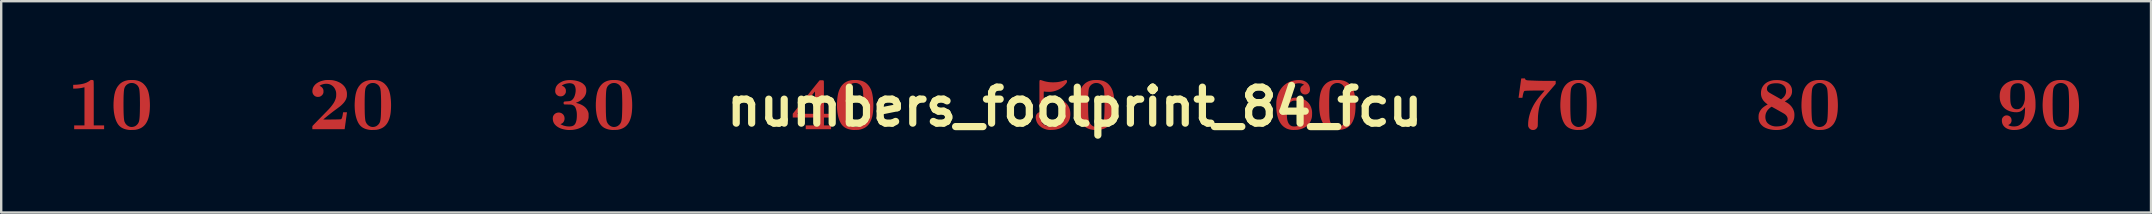
<source format=kicad_pcb>
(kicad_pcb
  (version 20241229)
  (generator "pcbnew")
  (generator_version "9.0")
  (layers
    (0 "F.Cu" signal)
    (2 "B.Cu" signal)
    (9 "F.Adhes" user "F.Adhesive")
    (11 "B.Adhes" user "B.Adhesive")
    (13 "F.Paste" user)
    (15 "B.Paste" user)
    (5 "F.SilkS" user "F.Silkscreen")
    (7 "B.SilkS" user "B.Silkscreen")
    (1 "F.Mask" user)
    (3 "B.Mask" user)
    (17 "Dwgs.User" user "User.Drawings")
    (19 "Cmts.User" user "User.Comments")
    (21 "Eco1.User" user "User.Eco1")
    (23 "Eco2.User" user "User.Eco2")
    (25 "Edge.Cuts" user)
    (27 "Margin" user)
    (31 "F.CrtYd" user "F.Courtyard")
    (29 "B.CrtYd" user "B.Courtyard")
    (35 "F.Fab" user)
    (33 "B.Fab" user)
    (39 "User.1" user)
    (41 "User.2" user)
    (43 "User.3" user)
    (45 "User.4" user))
  (footprint "numbers_footprint_84_fcu"
    (layer "F.Cu")
    (at 41.74 1.404)
    (property "Reference" "numbers_footprint_84_fcu" (at 0 0 0) (layer "F.SilkS") (effects (font (size 1.5 1.5) (thickness 0.3))))
    (attr board_only exclude_from_pos_files exclude_from_bom)
    (fp_poly (pts (xy -40.966 -1.121) (xy -40.948 -1.121) (xy -40.935 -1.119) (xy -40.925 -1.117) (xy -40.918 -1.114) (xy -40.911 -1.11) (xy -40.908 -1.108) (xy -40.905 -1.107) (xy -40.903 -1.106) (xy -40.9 -1.105) (xy -40.898 -1.104) (xy -40.896 -1.102) (xy -40.894 -1.099) (xy -40.893 -1.095) (xy -40.891 -1.089) (xy -40.89 -1.082) (xy -40.889 -1.073) (xy -40.888 -1.061) (xy -40.887 -1.047) (xy -40.886 -1.031) (xy -40.886 -1.011) (xy -40.885 -0.987) (xy -40.885 -0.96) (xy -40.884 -0.929) (xy -40.884 -0.894) (xy -40.884 -0.855) (xy -40.883 -0.81) (xy -40.883 -0.761) (xy -40.883 -0.706) (xy -40.883 -0.646) (xy -40.883 -0.58) (xy -40.883 -0.508) (xy -40.883 -0.429) (xy -40.883 -0.344) (xy -40.883 -0.251) (xy -40.883 -0.152) (xy -40.883 -0.151) (xy -40.883 0.772) (xy -40.667 0.772) (xy -40.451 0.772) (xy -40.451 0.851) (xy -40.451 0.93) (xy -41.075 0.93) (xy -41.699 0.93) (xy -41.699 0.851) (xy -41.699 0.772) (xy -41.485 0.772) (xy -41.27 0.772) (xy -41.27 -0.023) (xy -41.27 -0.818) (xy -41.279 -0.816) (xy -41.342 -0.8) (xy -41.404 -0.787) (xy -41.467 -0.777) (xy -41.533 -0.769) (xy -41.602 -0.764) (xy -41.656 -0.762) (xy -41.74 -0.76) (xy -41.74 -0.839) (xy -41.74 -0.918) (xy -41.675 -0.921) (xy -41.588 -0.925) (xy -41.507 -0.933) (xy -41.432 -0.943) (xy -41.363 -0.956) (xy -41.299 -0.971) (xy -41.24 -0.99) (xy -41.184 -1.012) (xy -41.132 -1.038) (xy -41.083 -1.067) (xy -41.037 -1.099) (xy -41.007 -1.123)) (stroke (width 0) (type solid)) (fill yes) (layer "F.Cu"))
    (fp_poly (pts (xy -10.502 -1.11) (xy -10.493 -1.109) (xy -10.486 -1.107) (xy -10.481 -1.105) (xy -10.478 -1.103) (xy -10.468 -1.095) (xy -10.459 -1.084) (xy -10.459 -1.084) (xy -10.458 -1.082) (xy -10.458 -1.079) (xy -10.457 -1.076) (xy -10.456 -1.071) (xy -10.456 -1.065) (xy -10.455 -1.057) (xy -10.455 -1.047) (xy -10.454 -1.034) (xy -10.454 -1.018) (xy -10.454 -0.999) (xy -10.453 -0.977) (xy -10.453 -0.95) (xy -10.453 -0.92) (xy -10.453 -0.884) (xy -10.452 -0.844) (xy -10.452 -0.799) (xy -10.452 -0.748) (xy -10.452 -0.692) (xy -10.452 -0.629) (xy -10.452 -0.56) (xy -10.452 -0.484) (xy -10.451 -0.4) (xy -10.451 -0.392) (xy -10.45 0.288) (xy -10.302 0.288) (xy -10.154 0.288) (xy -10.154 0.366) (xy -10.154 0.445) (xy -10.302 0.445) (xy -10.451 0.445) (xy -10.451 0.609) (xy -10.451 0.772) (xy -10.302 0.772) (xy -10.154 0.772) (xy -10.154 0.851) (xy -10.154 0.93) (xy -10.682 0.93) (xy -11.21 0.93) (xy -11.21 0.851) (xy -11.21 0.772) (xy -11.033 0.772) (xy -10.856 0.772) (xy -10.856 0.609) (xy -10.856 0.445) (xy -11.304 0.445) (xy -11.751 0.445) (xy -11.751 0.365) (xy -11.751 0.285) (xy -11.749 0.283) (xy -11.568 0.283) (xy -11.567 0.284) (xy -11.563 0.284) (xy -11.555 0.285) (xy -11.543 0.286) (xy -11.526 0.286) (xy -11.505 0.286) (xy -11.478 0.287) (xy -11.447 0.287) (xy -11.409 0.287) (xy -11.365 0.287) (xy -11.315 0.287) (xy -11.258 0.288) (xy -11.197 0.288) (xy -10.823 0.288) (xy -10.823 -0.179) (xy -10.823 -0.248) (xy -10.823 -0.31) (xy -10.823 -0.365) (xy -10.823 -0.414) (xy -10.823 -0.456) (xy -10.823 -0.493) (xy -10.823 -0.525) (xy -10.823 -0.552) (xy -10.823 -0.574) (xy -10.824 -0.593) (xy -10.824 -0.608) (xy -10.825 -0.619) (xy -10.825 -0.628) (xy -10.826 -0.634) (xy -10.826 -0.637) (xy -10.827 -0.639) (xy -10.828 -0.64) (xy -10.829 -0.64) (xy -10.83 -0.639) (xy -10.833 -0.635) (xy -10.84 -0.626) (xy -10.852 -0.612) (xy -10.867 -0.593) (xy -10.886 -0.569) (xy -10.908 -0.542) (xy -10.932 -0.512) (xy -10.959 -0.478) (xy -10.989 -0.441) (xy -11.02 -0.402) (xy -11.053 -0.361) (xy -11.087 -0.319) (xy -11.122 -0.275) (xy -11.158 -0.23) (xy -11.194 -0.185) (xy -11.23 -0.14) (xy -11.266 -0.095) (xy -11.302 -0.051) (xy -11.336 -0.008) (xy -11.369 0.034) (xy -11.401 0.073) (xy -11.431 0.111) (xy -11.459 0.145) (xy -11.484 0.177) (xy -11.507 0.206) (xy -11.526 0.23) (xy -11.542 0.25) (xy -11.555 0.266) (xy -11.564 0.277) (xy -11.568 0.282) (xy -11.568 0.283) (xy -11.749 0.283) (xy -11.198 -0.405) (xy -11.148 -0.469) (xy -11.098 -0.53) (xy -11.05 -0.59) (xy -11.003 -0.649) (xy -10.959 -0.704) (xy -10.916 -0.757) (xy -10.875 -0.808) (xy -10.837 -0.855) (xy -10.802 -0.899) (xy -10.769 -0.939) (xy -10.739 -0.976) (xy -10.713 -1.008) (xy -10.69 -1.036) (xy -10.671 -1.06) (xy -10.656 -1.078) (xy -10.645 -1.092) (xy -10.638 -1.1) (xy -10.636 -1.102) (xy -10.631 -1.105) (xy -10.624 -1.106) (xy -10.615 -1.108) (xy -10.601 -1.109) (xy -10.583 -1.109) (xy -10.558 -1.11) (xy -10.533 -1.11) (xy -10.515 -1.11)) (stroke (width 0) (type solid)) (fill yes) (layer "F.Cu"))
    (fp_poly (pts (xy 18.768 -1.176) (xy 18.772 -1.158) (xy 18.782 -1.142) (xy 18.8 -1.128) (xy 18.825 -1.116) (xy 18.83 -1.114) (xy 18.838 -1.112) (xy 18.846 -1.11) (xy 18.856 -1.108) (xy 18.869 -1.107) (xy 18.886 -1.105) (xy 18.907 -1.104) (xy 18.934 -1.103) (xy 18.967 -1.101) (xy 18.967 -1.101) (xy 19.044 -1.098) (xy 19.115 -1.095) (xy 19.182 -1.092) (xy 19.246 -1.09) (xy 19.309 -1.088) (xy 19.371 -1.087) (xy 19.433 -1.086) (xy 19.498 -1.085) (xy 19.567 -1.085) (xy 19.64 -1.084) (xy 19.72 -1.084) (xy 19.729 -1.084) (xy 20.046 -1.084) (xy 20.046 -1.023) (xy 20.046 -1) (xy 20.046 -0.983) (xy 20.045 -0.971) (xy 20.044 -0.963) (xy 20.042 -0.957) (xy 20.039 -0.952) (xy 20.037 -0.949) (xy 20.034 -0.944) (xy 20.025 -0.934) (xy 20.013 -0.919) (xy 19.997 -0.9) (xy 19.977 -0.877) (xy 19.954 -0.85) (xy 19.928 -0.82) (xy 19.899 -0.787) (xy 19.869 -0.751) (xy 19.837 -0.714) (xy 19.803 -0.675) (xy 19.785 -0.654) (xy 19.75 -0.614) (xy 19.716 -0.575) (xy 19.684 -0.537) (xy 19.653 -0.501) (xy 19.624 -0.468) (xy 19.598 -0.438) (xy 19.575 -0.41) (xy 19.555 -0.387) (xy 19.539 -0.368) (xy 19.527 -0.353) (xy 19.519 -0.344) (xy 19.517 -0.341) (xy 19.48 -0.286) (xy 19.447 -0.226) (xy 19.417 -0.16) (xy 19.39 -0.088) (xy 19.367 -0.01) (xy 19.348 0.074) (xy 19.332 0.165) (xy 19.319 0.262) (xy 19.309 0.365) (xy 19.308 0.38) (xy 19.307 0.402) (xy 19.306 0.429) (xy 19.305 0.46) (xy 19.304 0.496) (xy 19.303 0.533) (xy 19.303 0.572) (xy 19.302 0.611) (xy 19.301 0.656) (xy 19.3 0.694) (xy 19.3 0.726) (xy 19.299 0.752) (xy 19.298 0.773) (xy 19.297 0.79) (xy 19.296 0.803) (xy 19.295 0.812) (xy 19.294 0.819) (xy 19.293 0.82) (xy 19.279 0.855) (xy 19.26 0.886) (xy 19.235 0.913) (xy 19.205 0.936) (xy 19.173 0.952) (xy 19.153 0.958) (xy 19.134 0.962) (xy 19.111 0.963) (xy 19.087 0.963) (xy 19.064 0.962) (xy 19.046 0.959) (xy 19.045 0.958) (xy 19.012 0.945) (xy 18.981 0.926) (xy 18.953 0.902) (xy 18.93 0.873) (xy 18.912 0.841) (xy 18.9 0.807) (xy 18.899 0.803) (xy 18.898 0.79) (xy 18.897 0.771) (xy 18.897 0.747) (xy 18.897 0.719) (xy 18.898 0.69) (xy 18.899 0.659) (xy 18.901 0.629) (xy 18.904 0.601) (xy 18.905 0.584) (xy 18.922 0.474) (xy 18.947 0.365) (xy 18.979 0.257) (xy 19.018 0.15) (xy 19.064 0.044) (xy 19.118 -0.061) (xy 19.179 -0.165) (xy 19.248 -0.267) (xy 19.266 -0.293) (xy 19.279 -0.31) (xy 19.291 -0.326) (xy 19.302 -0.342) (xy 19.315 -0.358) (xy 19.328 -0.375) (xy 19.344 -0.393) (xy 19.361 -0.414) (xy 19.381 -0.438) (xy 19.404 -0.466) (xy 19.43 -0.497) (xy 19.461 -0.534) (xy 19.47 -0.544) (xy 19.587 -0.682) (xy 19.393 -0.682) (xy 19.32 -0.682) (xy 19.249 -0.682) (xy 19.181 -0.681) (xy 19.117 -0.68) (xy 19.057 -0.679) (xy 19 -0.678) (xy 18.949 -0.677) (xy 18.902 -0.675) (xy 18.86 -0.674) (xy 18.824 -0.672) (xy 18.794 -0.67) (xy 18.77 -0.668) (xy 18.753 -0.666) (xy 18.744 -0.663) (xy 18.734 -0.656) (xy 18.725 -0.642) (xy 18.715 -0.623) (xy 18.705 -0.597) (xy 18.696 -0.567) (xy 18.687 -0.533) (xy 18.679 -0.496) (xy 18.671 -0.456) (xy 18.667 -0.425) (xy 18.665 -0.409) (xy 18.663 -0.398) (xy 18.661 -0.389) (xy 18.658 -0.384) (xy 18.652 -0.38) (xy 18.642 -0.378) (xy 18.628 -0.378) (xy 18.609 -0.378) (xy 18.583 -0.378) (xy 18.578 -0.378) (xy 18.497 -0.378) (xy 18.499 -0.39) (xy 18.5 -0.395) (xy 18.502 -0.408) (xy 18.504 -0.426) (xy 18.508 -0.451) (xy 18.512 -0.481) (xy 18.517 -0.516) (xy 18.522 -0.555) (xy 18.528 -0.598) (xy 18.534 -0.645) (xy 18.541 -0.694) (xy 18.548 -0.746) (xy 18.554 -0.789) (xy 18.561 -0.842) (xy 18.568 -0.893) (xy 18.575 -0.942) (xy 18.581 -0.987) (xy 18.587 -1.029) (xy 18.592 -1.067) (xy 18.597 -1.1) (xy 18.601 -1.129) (xy 18.604 -1.151) (xy 18.606 -1.168) (xy 18.608 -1.178) (xy 18.608 -1.181) (xy 18.611 -1.183) (xy 18.618 -1.184) (xy 18.629 -1.185) (xy 18.646 -1.185) (xy 18.67 -1.186) (xy 18.689 -1.186) (xy 18.768 -1.186)) (stroke (width 0) (type solid)) (fill yes) (layer "F.Cu"))
    (fp_poly (pts (xy -39.257 -1.12) (xy -39.222 -1.119) (xy -39.19 -1.117) (xy -39.163 -1.115) (xy -39.151 -1.113) (xy -39.1 -1.104) (xy -39.056 -1.094) (xy -39.014 -1.081) (xy -38.974 -1.065) (xy -38.942 -1.051) (xy -38.892 -1.023) (xy -38.846 -0.992) (xy -38.803 -0.955) (xy -38.796 -0.947) (xy -38.747 -0.894) (xy -38.704 -0.836) (xy -38.666 -0.773) (xy -38.635 -0.706) (xy -38.617 -0.658) (xy -38.6 -0.598) (xy -38.585 -0.532) (xy -38.572 -0.461) (xy -38.561 -0.385) (xy -38.552 -0.305) (xy -38.547 -0.223) (xy -38.543 -0.138) (xy -38.542 -0.053) (xy -38.544 0.033) (xy -38.548 0.118) (xy -38.555 0.202) (xy -38.561 0.25) (xy -38.574 0.334) (xy -38.591 0.414) (xy -38.612 0.489) (xy -38.638 0.559) (xy -38.668 0.623) (xy -38.701 0.681) (xy -38.735 0.729) (xy -38.779 0.778) (xy -38.827 0.822) (xy -38.88 0.86) (xy -38.937 0.892) (xy -39 0.918) (xy -39.068 0.939) (xy -39.14 0.954) (xy -39.147 0.955) (xy -39.161 0.957) (xy -39.181 0.958) (xy -39.206 0.959) (xy -39.235 0.961) (xy -39.265 0.962) (xy -39.295 0.962) (xy -39.325 0.963) (xy -39.352 0.963) (xy -39.375 0.963) (xy -39.393 0.962) (xy -39.4 0.962) (xy -39.474 0.952) (xy -39.542 0.938) (xy -39.605 0.92) (xy -39.661 0.897) (xy -39.713 0.871) (xy -39.761 0.839) (xy -39.804 0.803) (xy -39.816 0.791) (xy -39.853 0.75) (xy -39.887 0.701) (xy -39.918 0.647) (xy -39.947 0.587) (xy -39.972 0.521) (xy -39.995 0.45) (xy -40.014 0.374) (xy -40.03 0.294) (xy -40.043 0.21) (xy -40.052 0.123) (xy -40.058 0.033) (xy -40.06 -0.06) (xy -40.059 -0.109) (xy -39.643 -0.109) (xy -39.643 -0.014) (xy -39.642 0.073) (xy -39.641 0.153) (xy -39.639 0.227) (xy -39.637 0.294) (xy -39.634 0.355) (xy -39.631 0.409) (xy -39.627 0.457) (xy -39.623 0.5) (xy -39.618 0.538) (xy -39.613 0.57) (xy -39.607 0.597) (xy -39.607 0.597) (xy -39.601 0.616) (xy -39.591 0.638) (xy -39.58 0.661) (xy -39.568 0.683) (xy -39.556 0.701) (xy -39.554 0.703) (xy -39.521 0.742) (xy -39.485 0.774) (xy -39.445 0.8) (xy -39.404 0.82) (xy -39.36 0.833) (xy -39.315 0.838) (xy -39.269 0.837) (xy -39.251 0.834) (xy -39.206 0.823) (xy -39.165 0.807) (xy -39.127 0.784) (xy -39.091 0.754) (xy -39.079 0.742) (xy -39.064 0.726) (xy -39.049 0.709) (xy -39.037 0.691) (xy -39.025 0.673) (xy -39.015 0.652) (xy -39.006 0.63) (xy -38.998 0.605) (xy -38.991 0.577) (xy -38.985 0.546) (xy -38.98 0.511) (xy -38.975 0.472) (xy -38.972 0.428) (xy -38.968 0.379) (xy -38.966 0.325) (xy -38.963 0.264) (xy -38.961 0.197) (xy -38.96 0.124) (xy -38.959 0.082) (xy -38.958 0.001) (xy -38.957 -0.079) (xy -38.957 -0.158) (xy -38.958 -0.235) (xy -38.959 -0.309) (xy -38.96 -0.38) (xy -38.962 -0.446) (xy -38.965 -0.509) (xy -38.968 -0.565) (xy -38.972 -0.616) (xy -38.976 -0.66) (xy -38.976 -0.661) (xy -38.98 -0.699) (xy -38.985 -0.73) (xy -38.99 -0.756) (xy -38.997 -0.78) (xy -39.005 -0.801) (xy -39.014 -0.822) (xy -39.015 -0.823) (xy -39.039 -0.864) (xy -39.068 -0.9) (xy -39.103 -0.93) (xy -39.143 -0.955) (xy -39.152 -0.96) (xy -39.185 -0.975) (xy -39.216 -0.986) (xy -39.246 -0.992) (xy -39.279 -0.995) (xy -39.295 -0.995) (xy -39.335 -0.994) (xy -39.372 -0.989) (xy -39.406 -0.979) (xy -39.422 -0.973) (xy -39.465 -0.951) (xy -39.505 -0.925) (xy -39.539 -0.893) (xy -39.568 -0.857) (xy -39.59 -0.817) (xy -39.607 -0.774) (xy -39.61 -0.761) (xy -39.616 -0.735) (xy -39.621 -0.705) (xy -39.625 -0.67) (xy -39.629 -0.631) (xy -39.632 -0.586) (xy -39.635 -0.536) (xy -39.638 -0.481) (xy -39.64 -0.419) (xy -39.641 -0.351) (xy -39.642 -0.276) (xy -39.643 -0.194) (xy -39.643 -0.109) (xy -40.059 -0.109) (xy -40.058 -0.156) (xy -40.057 -0.188) (xy -40.051 -0.279) (xy -40.043 -0.364) (xy -40.032 -0.442) (xy -40.02 -0.514) (xy -40.004 -0.581) (xy -39.987 -0.643) (xy -39.966 -0.7) (xy -39.942 -0.754) (xy -39.916 -0.803) (xy -39.886 -0.85) (xy -39.874 -0.866) (xy -39.832 -0.917) (xy -39.788 -0.963) (xy -39.739 -1.002) (xy -39.687 -1.035) (xy -39.631 -1.063) (xy -39.57 -1.086) (xy -39.504 -1.103) (xy -39.451 -1.113) (xy -39.428 -1.116) (xy -39.4 -1.118) (xy -39.367 -1.119) (xy -39.331 -1.12) (xy -39.294 -1.12)) (stroke (width 0) (type solid)) (fill yes) (layer "F.Cu"))
    (fp_poly (pts (xy -29.206 -1.12) (xy -29.171 -1.119) (xy -29.14 -1.117) (xy -29.113 -1.115) (xy -29.1 -1.113) (xy -29.05 -1.104) (xy -29.005 -1.094) (xy -28.964 -1.081) (xy -28.923 -1.065) (xy -28.892 -1.051) (xy -28.842 -1.023) (xy -28.796 -0.992) (xy -28.753 -0.955) (xy -28.746 -0.947) (xy -28.697 -0.894) (xy -28.653 -0.836) (xy -28.616 -0.773) (xy -28.585 -0.706) (xy -28.567 -0.658) (xy -28.55 -0.598) (xy -28.534 -0.532) (xy -28.521 -0.461) (xy -28.511 -0.385) (xy -28.502 -0.305) (xy -28.496 -0.223) (xy -28.493 -0.138) (xy -28.492 -0.053) (xy -28.494 0.033) (xy -28.498 0.118) (xy -28.505 0.202) (xy -28.51 0.25) (xy -28.523 0.334) (xy -28.541 0.414) (xy -28.562 0.489) (xy -28.588 0.559) (xy -28.618 0.623) (xy -28.651 0.681) (xy -28.685 0.729) (xy -28.728 0.778) (xy -28.776 0.822) (xy -28.829 0.86) (xy -28.887 0.892) (xy -28.95 0.918) (xy -29.017 0.939) (xy -29.09 0.954) (xy -29.096 0.955) (xy -29.111 0.957) (xy -29.131 0.958) (xy -29.156 0.959) (xy -29.184 0.961) (xy -29.214 0.962) (xy -29.245 0.962) (xy -29.274 0.963) (xy -29.301 0.963) (xy -29.325 0.963) (xy -29.343 0.962) (xy -29.35 0.962) (xy -29.424 0.952) (xy -29.492 0.938) (xy -29.554 0.92) (xy -29.611 0.897) (xy -29.663 0.871) (xy -29.711 0.839) (xy -29.754 0.803) (xy -29.766 0.791) (xy -29.802 0.75) (xy -29.837 0.701) (xy -29.868 0.647) (xy -29.896 0.587) (xy -29.922 0.521) (xy -29.944 0.45) (xy -29.964 0.374) (xy -29.98 0.294) (xy -29.993 0.21) (xy -30.002 0.123) (xy -30.007 0.033) (xy -30.01 -0.06) (xy -30.009 -0.109) (xy -29.593 -0.109) (xy -29.592 -0.014) (xy -29.592 0.073) (xy -29.59 0.153) (xy -29.589 0.227) (xy -29.587 0.294) (xy -29.584 0.355) (xy -29.581 0.409) (xy -29.577 0.457) (xy -29.573 0.5) (xy -29.568 0.538) (xy -29.563 0.57) (xy -29.557 0.597) (xy -29.556 0.597) (xy -29.55 0.616) (xy -29.541 0.638) (xy -29.53 0.661) (xy -29.517 0.683) (xy -29.506 0.701) (xy -29.504 0.703) (xy -29.471 0.742) (xy -29.435 0.774) (xy -29.395 0.8) (xy -29.353 0.82) (xy -29.31 0.833) (xy -29.265 0.838) (xy -29.219 0.837) (xy -29.2 0.834) (xy -29.156 0.823) (xy -29.115 0.807) (xy -29.077 0.784) (xy -29.041 0.754) (xy -29.029 0.742) (xy -29.013 0.726) (xy -28.999 0.709) (xy -28.987 0.691) (xy -28.975 0.673) (xy -28.965 0.652) (xy -28.956 0.63) (xy -28.948 0.605) (xy -28.941 0.577) (xy -28.935 0.546) (xy -28.93 0.511) (xy -28.925 0.472) (xy -28.921 0.428) (xy -28.918 0.379) (xy -28.915 0.325) (xy -28.913 0.264) (xy -28.911 0.197) (xy -28.909 0.124) (xy -28.909 0.082) (xy -28.907 0.001) (xy -28.907 -0.079) (xy -28.907 -0.158) (xy -28.907 -0.235) (xy -28.908 -0.309) (xy -28.91 -0.38) (xy -28.912 -0.446) (xy -28.915 -0.509) (xy -28.918 -0.565) (xy -28.921 -0.616) (xy -28.925 -0.66) (xy -28.926 -0.661) (xy -28.93 -0.699) (xy -28.935 -0.73) (xy -28.94 -0.756) (xy -28.947 -0.78) (xy -28.954 -0.801) (xy -28.964 -0.822) (xy -28.964 -0.823) (xy -28.989 -0.864) (xy -29.018 -0.9) (xy -29.052 -0.93) (xy -29.092 -0.955) (xy -29.102 -0.96) (xy -29.135 -0.975) (xy -29.166 -0.986) (xy -29.196 -0.992) (xy -29.229 -0.995) (xy -29.245 -0.995) (xy -29.285 -0.994) (xy -29.321 -0.989) (xy -29.356 -0.979) (xy -29.372 -0.973) (xy -29.415 -0.951) (xy -29.454 -0.925) (xy -29.488 -0.893) (xy -29.517 -0.857) (xy -29.54 -0.817) (xy -29.557 -0.774) (xy -29.56 -0.761) (xy -29.566 -0.735) (xy -29.57 -0.705) (xy -29.575 -0.67) (xy -29.579 -0.631) (xy -29.582 -0.586) (xy -29.585 -0.536) (xy -29.587 -0.481) (xy -29.589 -0.419) (xy -29.591 -0.351) (xy -29.592 -0.276) (xy -29.592 -0.194) (xy -29.593 -0.109) (xy -30.009 -0.109) (xy -30.008 -0.156) (xy -30.006 -0.188) (xy -30.001 -0.279) (xy -29.993 -0.364) (xy -29.982 -0.442) (xy -29.97 -0.514) (xy -29.954 -0.581) (xy -29.936 -0.643) (xy -29.916 -0.7) (xy -29.892 -0.754) (xy -29.865 -0.803) (xy -29.836 -0.85) (xy -29.824 -0.866) (xy -29.782 -0.917) (xy -29.737 -0.963) (xy -29.689 -1.002) (xy -29.637 -1.035) (xy -29.581 -1.063) (xy -29.52 -1.086) (xy -29.454 -1.103) (xy -29.401 -1.113) (xy -29.378 -1.116) (xy -29.349 -1.118) (xy -29.316 -1.119) (xy -29.281 -1.12) (xy -29.243 -1.12)) (stroke (width 0) (type solid)) (fill yes) (layer "F.Cu"))
    (fp_poly (pts (xy -19.156 -1.12) (xy -19.121 -1.119) (xy -19.09 -1.117) (xy -19.063 -1.115) (xy -19.05 -1.113) (xy -19 -1.104) (xy -18.955 -1.094) (xy -18.914 -1.081) (xy -18.873 -1.065) (xy -18.841 -1.051) (xy -18.791 -1.023) (xy -18.746 -0.992) (xy -18.703 -0.955) (xy -18.696 -0.947) (xy -18.646 -0.894) (xy -18.603 -0.836) (xy -18.566 -0.773) (xy -18.535 -0.706) (xy -18.517 -0.658) (xy -18.499 -0.598) (xy -18.484 -0.532) (xy -18.471 -0.461) (xy -18.46 -0.385) (xy -18.452 -0.305) (xy -18.446 -0.223) (xy -18.443 -0.138) (xy -18.442 -0.053) (xy -18.443 0.033) (xy -18.448 0.118) (xy -18.455 0.202) (xy -18.46 0.25) (xy -18.473 0.334) (xy -18.49 0.414) (xy -18.512 0.489) (xy -18.538 0.559) (xy -18.567 0.623) (xy -18.601 0.681) (xy -18.635 0.729) (xy -18.678 0.778) (xy -18.726 0.822) (xy -18.779 0.86) (xy -18.837 0.892) (xy -18.9 0.918) (xy -18.967 0.939) (xy -19.04 0.954) (xy -19.046 0.955) (xy -19.06 0.957) (xy -19.081 0.958) (xy -19.106 0.959) (xy -19.134 0.961) (xy -19.164 0.962) (xy -19.195 0.962) (xy -19.224 0.963) (xy -19.251 0.963) (xy -19.274 0.963) (xy -19.292 0.962) (xy -19.3 0.962) (xy -19.374 0.952) (xy -19.442 0.938) (xy -19.504 0.92) (xy -19.561 0.897) (xy -19.613 0.871) (xy -19.66 0.839) (xy -19.704 0.803) (xy -19.715 0.791) (xy -19.752 0.75) (xy -19.786 0.701) (xy -19.818 0.647) (xy -19.846 0.587) (xy -19.872 0.521) (xy -19.894 0.45) (xy -19.914 0.374) (xy -19.93 0.294) (xy -19.942 0.21) (xy -19.952 0.123) (xy -19.957 0.033) (xy -19.959 -0.06) (xy -19.958 -0.109) (xy -19.542 -0.109) (xy -19.542 -0.014) (xy -19.541 0.073) (xy -19.54 0.153) (xy -19.539 0.227) (xy -19.536 0.294) (xy -19.534 0.355) (xy -19.531 0.409) (xy -19.527 0.457) (xy -19.523 0.5) (xy -19.518 0.538) (xy -19.512 0.57) (xy -19.506 0.597) (xy -19.506 0.597) (xy -19.5 0.616) (xy -19.491 0.638) (xy -19.479 0.661) (xy -19.467 0.683) (xy -19.455 0.701) (xy -19.454 0.703) (xy -19.421 0.742) (xy -19.384 0.774) (xy -19.345 0.8) (xy -19.303 0.82) (xy -19.26 0.833) (xy -19.214 0.838) (xy -19.168 0.837) (xy -19.15 0.834) (xy -19.106 0.823) (xy -19.065 0.807) (xy -19.027 0.784) (xy -18.99 0.754) (xy -18.979 0.742) (xy -18.963 0.726) (xy -18.949 0.709) (xy -18.936 0.691) (xy -18.925 0.673) (xy -18.915 0.652) (xy -18.906 0.63) (xy -18.898 0.605) (xy -18.891 0.577) (xy -18.885 0.546) (xy -18.879 0.511) (xy -18.875 0.472) (xy -18.871 0.428) (xy -18.868 0.379) (xy -18.865 0.325) (xy -18.863 0.264) (xy -18.861 0.197) (xy -18.859 0.124) (xy -18.858 0.082) (xy -18.857 0.001) (xy -18.856 -0.079) (xy -18.856 -0.158) (xy -18.857 -0.235) (xy -18.858 -0.309) (xy -18.86 -0.38) (xy -18.862 -0.446) (xy -18.864 -0.509) (xy -18.868 -0.565) (xy -18.871 -0.616) (xy -18.875 -0.66) (xy -18.875 -0.661) (xy -18.88 -0.699) (xy -18.885 -0.73) (xy -18.89 -0.756) (xy -18.896 -0.78) (xy -18.904 -0.801) (xy -18.914 -0.822) (xy -18.914 -0.823) (xy -18.938 -0.864) (xy -18.968 -0.9) (xy -19.002 -0.93) (xy -19.042 -0.955) (xy -19.052 -0.96) (xy -19.085 -0.975) (xy -19.115 -0.986) (xy -19.146 -0.992) (xy -19.179 -0.995) (xy -19.195 -0.995) (xy -19.235 -0.994) (xy -19.271 -0.989) (xy -19.306 -0.979) (xy -19.322 -0.973) (xy -19.365 -0.951) (xy -19.404 -0.925) (xy -19.438 -0.893) (xy -19.467 -0.857) (xy -19.49 -0.817) (xy -19.506 -0.774) (xy -19.51 -0.761) (xy -19.515 -0.735) (xy -19.52 -0.705) (xy -19.525 -0.67) (xy -19.529 -0.631) (xy -19.532 -0.586) (xy -19.535 -0.536) (xy -19.537 -0.481) (xy -19.539 -0.419) (xy -19.541 -0.351) (xy -19.542 -0.276) (xy -19.542 -0.194) (xy -19.542 -0.109) (xy -19.958 -0.109) (xy -19.958 -0.156) (xy -19.956 -0.188) (xy -19.95 -0.279) (xy -19.942 -0.364) (xy -19.932 -0.442) (xy -19.919 -0.514) (xy -19.904 -0.581) (xy -19.886 -0.643) (xy -19.865 -0.7) (xy -19.842 -0.754) (xy -19.815 -0.803) (xy -19.785 -0.85) (xy -19.774 -0.866) (xy -19.732 -0.917) (xy -19.687 -0.963) (xy -19.639 -1.002) (xy -19.587 -1.035) (xy -19.531 -1.063) (xy -19.47 -1.086) (xy -19.404 -1.103) (xy -19.351 -1.113) (xy -19.328 -1.116) (xy -19.299 -1.118) (xy -19.266 -1.119) (xy -19.23 -1.12) (xy -19.193 -1.12)) (stroke (width 0) (type solid)) (fill yes) (layer "F.Cu"))
    (fp_poly (pts (xy -9.106 -1.12) (xy -9.071 -1.119) (xy -9.039 -1.117) (xy -9.013 -1.115) (xy -9 -1.113) (xy -8.95 -1.104) (xy -8.905 -1.094) (xy -8.863 -1.081) (xy -8.823 -1.065) (xy -8.791 -1.051) (xy -8.741 -1.023) (xy -8.696 -0.992) (xy -8.653 -0.955) (xy -8.645 -0.947) (xy -8.596 -0.894) (xy -8.553 -0.836) (xy -8.516 -0.773) (xy -8.484 -0.706) (xy -8.467 -0.658) (xy -8.449 -0.598) (xy -8.434 -0.532) (xy -8.421 -0.461) (xy -8.41 -0.385) (xy -8.402 -0.305) (xy -8.396 -0.223) (xy -8.392 -0.138) (xy -8.391 -0.053) (xy -8.393 0.033) (xy -8.397 0.118) (xy -8.405 0.202) (xy -8.41 0.25) (xy -8.423 0.334) (xy -8.44 0.414) (xy -8.462 0.489) (xy -8.487 0.559) (xy -8.517 0.623) (xy -8.551 0.681) (xy -8.585 0.729) (xy -8.628 0.778) (xy -8.676 0.822) (xy -8.729 0.86) (xy -8.787 0.892) (xy -8.849 0.918) (xy -8.917 0.939) (xy -8.989 0.954) (xy -8.996 0.955) (xy -9.01 0.957) (xy -9.031 0.958) (xy -9.056 0.959) (xy -9.084 0.961) (xy -9.114 0.962) (xy -9.144 0.962) (xy -9.174 0.963) (xy -9.201 0.963) (xy -9.224 0.963) (xy -9.242 0.962) (xy -9.25 0.962) (xy -9.324 0.952) (xy -9.392 0.938) (xy -9.454 0.92) (xy -9.511 0.897) (xy -9.563 0.871) (xy -9.61 0.839) (xy -9.653 0.803) (xy -9.665 0.791) (xy -9.702 0.75) (xy -9.736 0.701) (xy -9.767 0.647) (xy -9.796 0.587) (xy -9.822 0.521) (xy -9.844 0.45) (xy -9.863 0.374) (xy -9.879 0.294) (xy -9.892 0.21) (xy -9.901 0.123) (xy -9.907 0.033) (xy -9.909 -0.06) (xy -9.908 -0.109) (xy -9.492 -0.109) (xy -9.492 -0.014) (xy -9.491 0.073) (xy -9.49 0.153) (xy -9.488 0.227) (xy -9.486 0.294) (xy -9.483 0.355) (xy -9.48 0.409) (xy -9.477 0.457) (xy -9.472 0.5) (xy -9.467 0.538) (xy -9.462 0.57) (xy -9.456 0.597) (xy -9.456 0.597) (xy -9.45 0.616) (xy -9.441 0.638) (xy -9.429 0.661) (xy -9.417 0.683) (xy -9.405 0.701) (xy -9.404 0.703) (xy -9.371 0.742) (xy -9.334 0.774) (xy -9.295 0.8) (xy -9.253 0.82) (xy -9.209 0.833) (xy -9.164 0.838) (xy -9.118 0.837) (xy -9.1 0.834) (xy -9.055 0.823) (xy -9.015 0.807) (xy -8.976 0.784) (xy -8.94 0.754) (xy -8.928 0.742) (xy -8.913 0.726) (xy -8.899 0.709) (xy -8.886 0.691) (xy -8.875 0.673) (xy -8.864 0.652) (xy -8.855 0.63) (xy -8.847 0.605) (xy -8.84 0.577) (xy -8.834 0.546) (xy -8.829 0.511) (xy -8.825 0.472) (xy -8.821 0.428) (xy -8.818 0.379) (xy -8.815 0.325) (xy -8.812 0.264) (xy -8.811 0.197) (xy -8.809 0.124) (xy -8.808 0.082) (xy -8.807 0.001) (xy -8.806 -0.079) (xy -8.806 -0.158) (xy -8.807 -0.235) (xy -8.808 -0.309) (xy -8.809 -0.38) (xy -8.812 -0.446) (xy -8.814 -0.509) (xy -8.817 -0.565) (xy -8.821 -0.616) (xy -8.825 -0.66) (xy -8.825 -0.661) (xy -8.83 -0.699) (xy -8.834 -0.73) (xy -8.84 -0.756) (xy -8.846 -0.78) (xy -8.854 -0.801) (xy -8.863 -0.822) (xy -8.864 -0.823) (xy -8.888 -0.864) (xy -8.917 -0.9) (xy -8.952 -0.93) (xy -8.992 -0.955) (xy -9.002 -0.96) (xy -9.035 -0.975) (xy -9.065 -0.986) (xy -9.095 -0.992) (xy -9.128 -0.995) (xy -9.144 -0.995) (xy -9.185 -0.994) (xy -9.221 -0.989) (xy -9.256 -0.979) (xy -9.271 -0.973) (xy -9.315 -0.951) (xy -9.354 -0.925) (xy -9.388 -0.893) (xy -9.417 -0.857) (xy -9.44 -0.817) (xy -9.456 -0.774) (xy -9.459 -0.761) (xy -9.465 -0.735) (xy -9.47 -0.705) (xy -9.474 -0.67) (xy -9.478 -0.631) (xy -9.482 -0.586) (xy -9.485 -0.536) (xy -9.487 -0.481) (xy -9.489 -0.419) (xy -9.49 -0.351) (xy -9.491 -0.276) (xy -9.492 -0.194) (xy -9.492 -0.109) (xy -9.908 -0.109) (xy -9.907 -0.156) (xy -9.906 -0.188) (xy -9.9 -0.279) (xy -9.892 -0.364) (xy -9.882 -0.442) (xy -9.869 -0.514) (xy -9.854 -0.581) (xy -9.836 -0.643) (xy -9.815 -0.7) (xy -9.791 -0.754) (xy -9.765 -0.803) (xy -9.735 -0.85) (xy -9.724 -0.866) (xy -9.682 -0.917) (xy -9.637 -0.963) (xy -9.589 -1.002) (xy -9.537 -1.035) (xy -9.48 -1.063) (xy -9.42 -1.086) (xy -9.353 -1.103) (xy -9.3 -1.113) (xy -9.278 -1.116) (xy -9.249 -1.118) (xy -9.216 -1.119) (xy -9.18 -1.12) (xy -9.143 -1.12)) (stroke (width 0) (type solid)) (fill yes) (layer "F.Cu"))
    (fp_poly (pts (xy 0.944 -1.12) (xy 0.979 -1.119) (xy 1.011 -1.117) (xy 1.038 -1.115) (xy 1.051 -1.113) (xy 1.101 -1.104) (xy 1.145 -1.094) (xy 1.187 -1.081) (xy 1.227 -1.065) (xy 1.259 -1.051) (xy 1.309 -1.023) (xy 1.355 -0.992) (xy 1.398 -0.955) (xy 1.405 -0.947) (xy 1.454 -0.894) (xy 1.497 -0.836) (xy 1.535 -0.773) (xy 1.566 -0.706) (xy 1.584 -0.658) (xy 1.601 -0.598) (xy 1.616 -0.532) (xy 1.629 -0.461) (xy 1.64 -0.385) (xy 1.649 -0.305) (xy 1.654 -0.223) (xy 1.658 -0.138) (xy 1.659 -0.053) (xy 1.657 0.033) (xy 1.653 0.118) (xy 1.646 0.202) (xy 1.64 0.25) (xy 1.627 0.334) (xy 1.61 0.414) (xy 1.589 0.489) (xy 1.563 0.559) (xy 1.533 0.623) (xy 1.5 0.681) (xy 1.466 0.729) (xy 1.422 0.778) (xy 1.374 0.822) (xy 1.321 0.86) (xy 1.264 0.892) (xy 1.201 0.918) (xy 1.133 0.939) (xy 1.061 0.954) (xy 1.054 0.955) (xy 1.04 0.957) (xy 1.02 0.958) (xy 0.995 0.959) (xy 0.966 0.961) (xy 0.936 0.962) (xy 0.906 0.962) (xy 0.876 0.963) (xy 0.849 0.963) (xy 0.826 0.963) (xy 0.808 0.962) (xy 0.801 0.962) (xy 0.727 0.952) (xy 0.659 0.938) (xy 0.596 0.92) (xy 0.54 0.897) (xy 0.488 0.871) (xy 0.44 0.839) (xy 0.397 0.803) (xy 0.385 0.791) (xy 0.348 0.75) (xy 0.314 0.701) (xy 0.283 0.647) (xy 0.254 0.587) (xy 0.229 0.521) (xy 0.206 0.45) (xy 0.187 0.374) (xy 0.171 0.294) (xy 0.158 0.21) (xy 0.149 0.123) (xy 0.143 0.033) (xy 0.141 -0.06) (xy 0.142 -0.109) (xy 0.558 -0.109) (xy 0.558 -0.014) (xy 0.559 0.073) (xy 0.56 0.153) (xy 0.562 0.227) (xy 0.564 0.294) (xy 0.567 0.355) (xy 0.57 0.409) (xy 0.574 0.457) (xy 0.578 0.5) (xy 0.583 0.538) (xy 0.588 0.57) (xy 0.594 0.597) (xy 0.594 0.597) (xy 0.6 0.616) (xy 0.61 0.638) (xy 0.621 0.661) (xy 0.633 0.683) (xy 0.645 0.701) (xy 0.647 0.703) (xy 0.68 0.742) (xy 0.716 0.774) (xy 0.756 0.8) (xy 0.797 0.82) (xy 0.841 0.833) (xy 0.886 0.838) (xy 0.932 0.837) (xy 0.95 0.834) (xy 0.995 0.823) (xy 1.036 0.807) (xy 1.074 0.784) (xy 1.11 0.754) (xy 1.122 0.742) (xy 1.137 0.726) (xy 1.152 0.709) (xy 1.164 0.691) (xy 1.176 0.673) (xy 1.186 0.652) (xy 1.195 0.63) (xy 1.203 0.605) (xy 1.21 0.577) (xy 1.216 0.546) (xy 1.221 0.511) (xy 1.226 0.472) (xy 1.229 0.428) (xy 1.233 0.379) (xy 1.235 0.325) (xy 1.238 0.264) (xy 1.24 0.197) (xy 1.241 0.124) (xy 1.242 0.082) (xy 1.243 0.001) (xy 1.244 -0.079) (xy 1.244 -0.158) (xy 1.243 -0.235) (xy 1.242 -0.309) (xy 1.241 -0.38) (xy 1.239 -0.446) (xy 1.236 -0.509) (xy 1.233 -0.565) (xy 1.229 -0.616) (xy 1.225 -0.66) (xy 1.225 -0.661) (xy 1.221 -0.699) (xy 1.216 -0.73) (xy 1.211 -0.756) (xy 1.204 -0.78) (xy 1.196 -0.801) (xy 1.187 -0.822) (xy 1.186 -0.823) (xy 1.162 -0.864) (xy 1.133 -0.9) (xy 1.098 -0.93) (xy 1.058 -0.955) (xy 1.049 -0.96) (xy 1.016 -0.975) (xy 0.985 -0.986) (xy 0.955 -0.992) (xy 0.922 -0.995) (xy 0.906 -0.995) (xy 0.866 -0.994) (xy 0.829 -0.989) (xy 0.795 -0.979) (xy 0.779 -0.973) (xy 0.736 -0.951) (xy 0.696 -0.925) (xy 0.662 -0.893) (xy 0.633 -0.857) (xy 0.611 -0.817) (xy 0.594 -0.774) (xy 0.591 -0.761) (xy 0.585 -0.735) (xy 0.58 -0.705) (xy 0.576 -0.67) (xy 0.572 -0.631) (xy 0.569 -0.586) (xy 0.566 -0.536) (xy 0.563 -0.481) (xy 0.561 -0.419) (xy 0.56 -0.351) (xy 0.559 -0.276) (xy 0.558 -0.194) (xy 0.558 -0.109) (xy 0.142 -0.109) (xy 0.143 -0.156) (xy 0.144 -0.188) (xy 0.15 -0.279) (xy 0.158 -0.364) (xy 0.169 -0.442) (xy 0.181 -0.514) (xy 0.197 -0.581) (xy 0.214 -0.643) (xy 0.235 -0.7) (xy 0.259 -0.754) (xy 0.285 -0.803) (xy 0.315 -0.85) (xy 0.327 -0.866) (xy 0.369 -0.917) (xy 0.414 -0.963) (xy 0.462 -1.002) (xy 0.514 -1.035) (xy 0.57 -1.063) (xy 0.631 -1.086) (xy 0.697 -1.103) (xy 0.75 -1.113) (xy 0.773 -1.116) (xy 0.801 -1.118) (xy 0.834 -1.119) (xy 0.87 -1.12) (xy 0.907 -1.12)) (stroke (width 0) (type solid)) (fill yes) (layer "F.Cu"))
    (fp_poly (pts (xy 10.991 -1.12) (xy 11.026 -1.119) (xy 11.057 -1.117) (xy 11.084 -1.115) (xy 11.097 -1.113) (xy 11.147 -1.104) (xy 11.192 -1.094) (xy 11.233 -1.081) (xy 11.274 -1.065) (xy 11.306 -1.051) (xy 11.356 -1.023) (xy 11.401 -0.992) (xy 11.444 -0.955) (xy 11.451 -0.947) (xy 11.501 -0.894) (xy 11.544 -0.836) (xy 11.581 -0.773) (xy 11.612 -0.706) (xy 11.63 -0.658) (xy 11.648 -0.598) (xy 11.663 -0.532) (xy 11.676 -0.461) (xy 11.687 -0.385) (xy 11.695 -0.305) (xy 11.701 -0.223) (xy 11.704 -0.138) (xy 11.705 -0.053) (xy 11.704 0.033) (xy 11.699 0.118) (xy 11.692 0.202) (xy 11.687 0.25) (xy 11.674 0.334) (xy 11.657 0.414) (xy 11.635 0.489) (xy 11.609 0.559) (xy 11.58 0.623) (xy 11.546 0.681) (xy 11.512 0.729) (xy 11.469 0.778) (xy 11.421 0.822) (xy 11.368 0.86) (xy 11.31 0.892) (xy 11.247 0.918) (xy 11.18 0.939) (xy 11.107 0.954) (xy 11.101 0.955) (xy 11.087 0.957) (xy 11.066 0.958) (xy 11.041 0.959) (xy 11.013 0.961) (xy 10.983 0.962) (xy 10.952 0.962) (xy 10.923 0.963) (xy 10.896 0.963) (xy 10.873 0.963) (xy 10.855 0.962) (xy 10.847 0.962) (xy 10.773 0.952) (xy 10.705 0.938) (xy 10.643 0.92) (xy 10.586 0.897) (xy 10.534 0.871) (xy 10.487 0.839) (xy 10.443 0.803) (xy 10.432 0.791) (xy 10.395 0.75) (xy 10.361 0.701) (xy 10.329 0.647) (xy 10.301 0.587) (xy 10.275 0.521) (xy 10.253 0.45) (xy 10.233 0.374) (xy 10.217 0.294) (xy 10.205 0.21) (xy 10.195 0.123) (xy 10.19 0.033) (xy 10.188 -0.06) (xy 10.189 -0.109) (xy 10.605 -0.109) (xy 10.605 -0.014) (xy 10.606 0.073) (xy 10.607 0.153) (xy 10.608 0.227) (xy 10.611 0.294) (xy 10.613 0.355) (xy 10.616 0.409) (xy 10.62 0.457) (xy 10.624 0.5) (xy 10.629 0.538) (xy 10.635 0.57) (xy 10.641 0.597) (xy 10.641 0.597) (xy 10.647 0.616) (xy 10.656 0.638) (xy 10.668 0.661) (xy 10.68 0.683) (xy 10.692 0.701) (xy 10.693 0.703) (xy 10.726 0.742) (xy 10.763 0.774) (xy 10.802 0.8) (xy 10.844 0.82) (xy 10.887 0.833) (xy 10.933 0.838) (xy 10.979 0.837) (xy 10.997 0.834) (xy 11.041 0.823) (xy 11.082 0.807) (xy 11.12 0.784) (xy 11.157 0.754) (xy 11.168 0.742) (xy 11.184 0.726) (xy 11.198 0.709) (xy 11.211 0.691) (xy 11.222 0.673) (xy 11.232 0.652) (xy 11.241 0.63) (xy 11.249 0.605) (xy 11.256 0.577) (xy 11.262 0.546) (xy 11.268 0.511) (xy 11.272 0.472) (xy 11.276 0.428) (xy 11.279 0.379) (xy 11.282 0.325) (xy 11.284 0.264) (xy 11.286 0.197) (xy 11.288 0.124) (xy 11.289 0.082) (xy 11.29 0.001) (xy 11.291 -0.079) (xy 11.291 -0.158) (xy 11.29 -0.235) (xy 11.289 -0.309) (xy 11.287 -0.38) (xy 11.285 -0.446) (xy 11.283 -0.509) (xy 11.279 -0.565) (xy 11.276 -0.616) (xy 11.272 -0.66) (xy 11.272 -0.661) (xy 11.267 -0.699) (xy 11.262 -0.73) (xy 11.257 -0.756) (xy 11.251 -0.78) (xy 11.243 -0.801) (xy 11.233 -0.822) (xy 11.233 -0.823) (xy 11.209 -0.864) (xy 11.179 -0.9) (xy 11.145 -0.93) (xy 11.105 -0.955) (xy 11.095 -0.96) (xy 11.062 -0.975) (xy 11.032 -0.986) (xy 11.001 -0.992) (xy 10.968 -0.995) (xy 10.952 -0.995) (xy 10.912 -0.994) (xy 10.876 -0.989) (xy 10.841 -0.979) (xy 10.825 -0.973) (xy 10.782 -0.951) (xy 10.743 -0.925) (xy 10.709 -0.893) (xy 10.68 -0.857) (xy 10.657 -0.817) (xy 10.641 -0.774) (xy 10.637 -0.761) (xy 10.632 -0.735) (xy 10.627 -0.705) (xy 10.622 -0.67) (xy 10.618 -0.631) (xy 10.615 -0.586) (xy 10.612 -0.536) (xy 10.61 -0.481) (xy 10.608 -0.419) (xy 10.606 -0.351) (xy 10.605 -0.276) (xy 10.605 -0.194) (xy 10.605 -0.109) (xy 10.189 -0.109) (xy 10.189 -0.156) (xy 10.191 -0.188) (xy 10.197 -0.279) (xy 10.205 -0.364) (xy 10.215 -0.442) (xy 10.228 -0.514) (xy 10.243 -0.581) (xy 10.261 -0.643) (xy 10.282 -0.7) (xy 10.305 -0.754) (xy 10.332 -0.803) (xy 10.362 -0.85) (xy 10.373 -0.866) (xy 10.415 -0.917) (xy 10.46 -0.963) (xy 10.508 -1.002) (xy 10.56 -1.035) (xy 10.616 -1.063) (xy 10.677 -1.086) (xy 10.743 -1.103) (xy 10.796 -1.113) (xy 10.819 -1.116) (xy 10.848 -1.118) (xy 10.881 -1.119) (xy 10.917 -1.12) (xy 10.954 -1.12)) (stroke (width 0) (type solid)) (fill yes) (layer "F.Cu"))
    (fp_poly (pts (xy 21.041 -1.12) (xy 21.076 -1.119) (xy 21.108 -1.117) (xy 21.134 -1.115) (xy 21.147 -1.113) (xy 21.197 -1.104) (xy 21.242 -1.094) (xy 21.284 -1.081) (xy 21.324 -1.065) (xy 21.356 -1.051) (xy 21.406 -1.023) (xy 21.451 -0.992) (xy 21.494 -0.955) (xy 21.502 -0.947) (xy 21.551 -0.894) (xy 21.594 -0.836) (xy 21.631 -0.773) (xy 21.663 -0.706) (xy 21.68 -0.658) (xy 21.698 -0.598) (xy 21.713 -0.532) (xy 21.726 -0.461) (xy 21.737 -0.385) (xy 21.745 -0.305) (xy 21.751 -0.223) (xy 21.755 -0.138) (xy 21.756 -0.053) (xy 21.754 0.033) (xy 21.75 0.118) (xy 21.742 0.202) (xy 21.737 0.25) (xy 21.724 0.334) (xy 21.707 0.414) (xy 21.685 0.489) (xy 21.66 0.559) (xy 21.63 0.623) (xy 21.596 0.681) (xy 21.562 0.729) (xy 21.519 0.778) (xy 21.471 0.822) (xy 21.418 0.86) (xy 21.36 0.892) (xy 21.298 0.918) (xy 21.23 0.939) (xy 21.158 0.954) (xy 21.151 0.955) (xy 21.137 0.957) (xy 21.116 0.958) (xy 21.091 0.959) (xy 21.063 0.961) (xy 21.033 0.962) (xy 21.003 0.962) (xy 20.973 0.963) (xy 20.946 0.963) (xy 20.923 0.963) (xy 20.905 0.962) (xy 20.897 0.962) (xy 20.823 0.952) (xy 20.755 0.938) (xy 20.693 0.92) (xy 20.636 0.897) (xy 20.584 0.871) (xy 20.537 0.839) (xy 20.494 0.803) (xy 20.482 0.791) (xy 20.445 0.75) (xy 20.411 0.701) (xy 20.38 0.647) (xy 20.351 0.587) (xy 20.325 0.521) (xy 20.303 0.45) (xy 20.284 0.374) (xy 20.268 0.294) (xy 20.255 0.21) (xy 20.246 0.123) (xy 20.24 0.033) (xy 20.238 -0.06) (xy 20.239 -0.109) (xy 20.655 -0.109) (xy 20.655 -0.014) (xy 20.656 0.073) (xy 20.657 0.153) (xy 20.659 0.227) (xy 20.661 0.294) (xy 20.664 0.355) (xy 20.667 0.409) (xy 20.67 0.457) (xy 20.675 0.5) (xy 20.68 0.538) (xy 20.685 0.57) (xy 20.691 0.597) (xy 20.691 0.597) (xy 20.697 0.616) (xy 20.706 0.638) (xy 20.718 0.661) (xy 20.73 0.683) (xy 20.742 0.701) (xy 20.743 0.703) (xy 20.776 0.742) (xy 20.813 0.774) (xy 20.852 0.8) (xy 20.894 0.82) (xy 20.938 0.833) (xy 20.983 0.838) (xy 21.029 0.837) (xy 21.047 0.834) (xy 21.092 0.823) (xy 21.132 0.807) (xy 21.171 0.784) (xy 21.207 0.754) (xy 21.219 0.742) (xy 21.234 0.726) (xy 21.248 0.709) (xy 21.261 0.691) (xy 21.272 0.673) (xy 21.283 0.652) (xy 21.292 0.63) (xy 21.3 0.605) (xy 21.307 0.577) (xy 21.313 0.546) (xy 21.318 0.511) (xy 21.322 0.472) (xy 21.326 0.428) (xy 21.329 0.379) (xy 21.332 0.325) (xy 21.335 0.264) (xy 21.336 0.197) (xy 21.338 0.124) (xy 21.339 0.082) (xy 21.34 0.001) (xy 21.341 -0.079) (xy 21.341 -0.158) (xy 21.34 -0.235) (xy 21.339 -0.309) (xy 21.338 -0.38) (xy 21.335 -0.446) (xy 21.333 -0.509) (xy 21.33 -0.565) (xy 21.326 -0.616) (xy 21.322 -0.66) (xy 21.322 -0.661) (xy 21.317 -0.699) (xy 21.313 -0.73) (xy 21.307 -0.756) (xy 21.301 -0.78) (xy 21.293 -0.801) (xy 21.284 -0.822) (xy 21.283 -0.823) (xy 21.259 -0.864) (xy 21.23 -0.9) (xy 21.195 -0.93) (xy 21.155 -0.955) (xy 21.145 -0.96) (xy 21.112 -0.975) (xy 21.082 -0.986) (xy 21.052 -0.992) (xy 21.019 -0.995) (xy 21.003 -0.995) (xy 20.962 -0.994) (xy 20.926 -0.989) (xy 20.891 -0.979) (xy 20.876 -0.973) (xy 20.832 -0.951) (xy 20.793 -0.925) (xy 20.759 -0.893) (xy 20.73 -0.857) (xy 20.707 -0.817) (xy 20.691 -0.774) (xy 20.688 -0.761) (xy 20.682 -0.735) (xy 20.677 -0.705) (xy 20.673 -0.67) (xy 20.669 -0.631) (xy 20.665 -0.586) (xy 20.662 -0.536) (xy 20.66 -0.481) (xy 20.658 -0.419) (xy 20.657 -0.351) (xy 20.656 -0.276) (xy 20.655 -0.194) (xy 20.655 -0.109) (xy 20.239 -0.109) (xy 20.24 -0.156) (xy 20.241 -0.188) (xy 20.247 -0.279) (xy 20.255 -0.364) (xy 20.265 -0.442) (xy 20.278 -0.514) (xy 20.293 -0.581) (xy 20.311 -0.643) (xy 20.332 -0.7) (xy 20.356 -0.754) (xy 20.382 -0.803) (xy 20.412 -0.85) (xy 20.423 -0.866) (xy 20.465 -0.917) (xy 20.51 -0.963) (xy 20.558 -1.002) (xy 20.61 -1.035) (xy 20.667 -1.063) (xy 20.727 -1.086) (xy 20.794 -1.103) (xy 20.847 -1.113) (xy 20.869 -1.116) (xy 20.898 -1.118) (xy 20.931 -1.119) (xy 20.967 -1.12) (xy 21.004 -1.12)) (stroke (width 0) (type solid)) (fill yes) (layer "F.Cu"))
    (fp_poly (pts (xy 31.091 -1.12) (xy 31.126 -1.119) (xy 31.158 -1.117) (xy 31.185 -1.115) (xy 31.197 -1.113) (xy 31.248 -1.104) (xy 31.292 -1.094) (xy 31.334 -1.081) (xy 31.374 -1.065) (xy 31.406 -1.051) (xy 31.456 -1.023) (xy 31.502 -0.992) (xy 31.545 -0.955) (xy 31.552 -0.947) (xy 31.601 -0.894) (xy 31.644 -0.836) (xy 31.682 -0.773) (xy 31.713 -0.706) (xy 31.731 -0.658) (xy 31.748 -0.598) (xy 31.763 -0.532) (xy 31.776 -0.461) (xy 31.787 -0.385) (xy 31.796 -0.305) (xy 31.801 -0.223) (xy 31.805 -0.138) (xy 31.806 -0.053) (xy 31.804 0.033) (xy 31.8 0.118) (xy 31.793 0.202) (xy 31.787 0.25) (xy 31.774 0.334) (xy 31.757 0.414) (xy 31.736 0.489) (xy 31.71 0.559) (xy 31.68 0.623) (xy 31.647 0.681) (xy 31.613 0.729) (xy 31.569 0.778) (xy 31.521 0.822) (xy 31.468 0.86) (xy 31.411 0.892) (xy 31.348 0.918) (xy 31.28 0.939) (xy 31.208 0.954) (xy 31.201 0.955) (xy 31.187 0.957) (xy 31.167 0.958) (xy 31.142 0.959) (xy 31.113 0.961) (xy 31.083 0.962) (xy 31.053 0.962) (xy 31.023 0.963) (xy 30.996 0.963) (xy 30.973 0.963) (xy 30.955 0.962) (xy 30.948 0.962) (xy 30.874 0.952) (xy 30.806 0.938) (xy 30.743 0.92) (xy 30.687 0.897) (xy 30.635 0.871) (xy 30.587 0.839) (xy 30.544 0.803) (xy 30.532 0.791) (xy 30.495 0.75) (xy 30.461 0.701) (xy 30.43 0.647) (xy 30.401 0.587) (xy 30.376 0.521) (xy 30.353 0.45) (xy 30.334 0.374) (xy 30.318 0.294) (xy 30.305 0.21) (xy 30.296 0.123) (xy 30.29 0.033) (xy 30.288 -0.06) (xy 30.289 -0.109) (xy 30.705 -0.109) (xy 30.705 -0.014) (xy 30.706 0.073) (xy 30.707 0.153) (xy 30.709 0.227) (xy 30.711 0.294) (xy 30.714 0.355) (xy 30.717 0.409) (xy 30.721 0.457) (xy 30.725 0.5) (xy 30.73 0.538) (xy 30.735 0.57) (xy 30.741 0.597) (xy 30.741 0.597) (xy 30.747 0.616) (xy 30.757 0.638) (xy 30.768 0.661) (xy 30.78 0.683) (xy 30.792 0.701) (xy 30.794 0.703) (xy 30.827 0.742) (xy 30.863 0.774) (xy 30.903 0.8) (xy 30.944 0.82) (xy 30.988 0.833) (xy 31.033 0.838) (xy 31.079 0.837) (xy 31.097 0.834) (xy 31.142 0.823) (xy 31.183 0.807) (xy 31.221 0.784) (xy 31.257 0.754) (xy 31.269 0.742) (xy 31.284 0.726) (xy 31.299 0.709) (xy 31.311 0.691) (xy 31.323 0.673) (xy 31.333 0.652) (xy 31.342 0.63) (xy 31.35 0.605) (xy 31.357 0.577) (xy 31.363 0.546) (xy 31.368 0.511) (xy 31.373 0.472) (xy 31.376 0.428) (xy 31.38 0.379) (xy 31.382 0.325) (xy 31.385 0.264) (xy 31.387 0.197) (xy 31.388 0.124) (xy 31.389 0.082) (xy 31.39 0.001) (xy 31.391 -0.079) (xy 31.391 -0.158) (xy 31.39 -0.235) (xy 31.389 -0.309) (xy 31.388 -0.38) (xy 31.386 -0.446) (xy 31.383 -0.509) (xy 31.38 -0.565) (xy 31.376 -0.616) (xy 31.372 -0.66) (xy 31.372 -0.661) (xy 31.368 -0.699) (xy 31.363 -0.73) (xy 31.358 -0.756) (xy 31.351 -0.78) (xy 31.343 -0.801) (xy 31.334 -0.822) (xy 31.333 -0.823) (xy 31.309 -0.864) (xy 31.28 -0.9) (xy 31.245 -0.93) (xy 31.205 -0.955) (xy 31.196 -0.96) (xy 31.163 -0.975) (xy 31.132 -0.986) (xy 31.102 -0.992) (xy 31.069 -0.995) (xy 31.053 -0.995) (xy 31.013 -0.994) (xy 30.976 -0.989) (xy 30.942 -0.979) (xy 30.926 -0.973) (xy 30.883 -0.951) (xy 30.843 -0.925) (xy 30.809 -0.893) (xy 30.78 -0.857) (xy 30.758 -0.817) (xy 30.741 -0.774) (xy 30.738 -0.761) (xy 30.732 -0.735) (xy 30.727 -0.705) (xy 30.723 -0.67) (xy 30.719 -0.631) (xy 30.716 -0.586) (xy 30.713 -0.536) (xy 30.71 -0.481) (xy 30.708 -0.419) (xy 30.707 -0.351) (xy 30.706 -0.276) (xy 30.705 -0.194) (xy 30.705 -0.109) (xy 30.289 -0.109) (xy 30.29 -0.156) (xy 30.291 -0.188) (xy 30.297 -0.279) (xy 30.305 -0.364) (xy 30.316 -0.442) (xy 30.328 -0.514) (xy 30.344 -0.581) (xy 30.361 -0.643) (xy 30.382 -0.7) (xy 30.406 -0.754) (xy 30.432 -0.803) (xy 30.462 -0.85) (xy 30.474 -0.866) (xy 30.516 -0.917) (xy 30.561 -0.963) (xy 30.609 -1.002) (xy 30.661 -1.035) (xy 30.717 -1.063) (xy 30.778 -1.086) (xy 30.844 -1.103) (xy 30.897 -1.113) (xy 30.92 -1.116) (xy 30.948 -1.118) (xy 30.981 -1.119) (xy 31.017 -1.12) (xy 31.054 -1.12)) (stroke (width 0) (type solid)) (fill yes) (layer "F.Cu"))
    (fp_poly (pts (xy 41.142 -1.12) (xy 41.177 -1.119) (xy 41.208 -1.117) (xy 41.235 -1.115) (xy 41.248 -1.113) (xy 41.298 -1.104) (xy 41.343 -1.094) (xy 41.384 -1.081) (xy 41.425 -1.065) (xy 41.456 -1.051) (xy 41.506 -1.023) (xy 41.552 -0.992) (xy 41.595 -0.955) (xy 41.602 -0.947) (xy 41.651 -0.894) (xy 41.695 -0.836) (xy 41.732 -0.773) (xy 41.763 -0.706) (xy 41.781 -0.658) (xy 41.798 -0.598) (xy 41.814 -0.532) (xy 41.827 -0.461) (xy 41.837 -0.385) (xy 41.846 -0.305) (xy 41.852 -0.223) (xy 41.855 -0.138) (xy 41.856 -0.053) (xy 41.854 0.033) (xy 41.85 0.118) (xy 41.843 0.202) (xy 41.838 0.25) (xy 41.825 0.334) (xy 41.807 0.414) (xy 41.786 0.489) (xy 41.76 0.559) (xy 41.73 0.623) (xy 41.697 0.681) (xy 41.663 0.729) (xy 41.62 0.778) (xy 41.572 0.822) (xy 41.519 0.86) (xy 41.461 0.892) (xy 41.398 0.918) (xy 41.331 0.939) (xy 41.258 0.954) (xy 41.252 0.955) (xy 41.237 0.957) (xy 41.217 0.958) (xy 41.192 0.959) (xy 41.164 0.961) (xy 41.134 0.962) (xy 41.103 0.962) (xy 41.074 0.963) (xy 41.047 0.963) (xy 41.023 0.963) (xy 41.005 0.962) (xy 40.998 0.962) (xy 40.924 0.952) (xy 40.856 0.938) (xy 40.794 0.92) (xy 40.737 0.897) (xy 40.685 0.871) (xy 40.637 0.839) (xy 40.594 0.803) (xy 40.582 0.791) (xy 40.546 0.75) (xy 40.511 0.701) (xy 40.48 0.647) (xy 40.452 0.587) (xy 40.426 0.521) (xy 40.404 0.45) (xy 40.384 0.374) (xy 40.368 0.294) (xy 40.355 0.21) (xy 40.346 0.123) (xy 40.341 0.033) (xy 40.338 -0.06) (xy 40.339 -0.109) (xy 40.755 -0.109) (xy 40.756 -0.014) (xy 40.756 0.073) (xy 40.758 0.153) (xy 40.759 0.227) (xy 40.761 0.294) (xy 40.764 0.355) (xy 40.767 0.409) (xy 40.771 0.457) (xy 40.775 0.5) (xy 40.78 0.538) (xy 40.785 0.57) (xy 40.791 0.597) (xy 40.792 0.597) (xy 40.798 0.616) (xy 40.807 0.638) (xy 40.818 0.661) (xy 40.831 0.683) (xy 40.842 0.701) (xy 40.844 0.703) (xy 40.877 0.742) (xy 40.913 0.774) (xy 40.953 0.8) (xy 40.995 0.82) (xy 41.038 0.833) (xy 41.083 0.838) (xy 41.129 0.837) (xy 41.148 0.834) (xy 41.192 0.823) (xy 41.233 0.807) (xy 41.271 0.784) (xy 41.307 0.754) (xy 41.319 0.742) (xy 41.335 0.726) (xy 41.349 0.709) (xy 41.362 0.691) (xy 41.373 0.673) (xy 41.383 0.652) (xy 41.392 0.63) (xy 41.4 0.605) (xy 41.407 0.577) (xy 41.413 0.546) (xy 41.418 0.511) (xy 41.423 0.472) (xy 41.427 0.428) (xy 41.43 0.379) (xy 41.433 0.325) (xy 41.435 0.264) (xy 41.437 0.197) (xy 41.439 0.124) (xy 41.439 0.082) (xy 41.441 0.001) (xy 41.441 -0.079) (xy 41.441 -0.158) (xy 41.441 -0.235) (xy 41.44 -0.309) (xy 41.438 -0.38) (xy 41.436 -0.446) (xy 41.433 -0.509) (xy 41.43 -0.565) (xy 41.427 -0.616) (xy 41.423 -0.66) (xy 41.422 -0.661) (xy 41.418 -0.699) (xy 41.413 -0.73) (xy 41.408 -0.756) (xy 41.401 -0.78) (xy 41.394 -0.801) (xy 41.384 -0.822) (xy 41.384 -0.823) (xy 41.359 -0.864) (xy 41.33 -0.9) (xy 41.296 -0.93) (xy 41.256 -0.955) (xy 41.246 -0.96) (xy 41.213 -0.975) (xy 41.182 -0.986) (xy 41.152 -0.992) (xy 41.119 -0.995) (xy 41.103 -0.995) (xy 41.063 -0.994) (xy 41.027 -0.989) (xy 40.992 -0.979) (xy 40.976 -0.973) (xy 40.933 -0.951) (xy 40.894 -0.925) (xy 40.86 -0.893) (xy 40.831 -0.857) (xy 40.808 -0.817) (xy 40.791 -0.774) (xy 40.788 -0.761) (xy 40.782 -0.735) (xy 40.778 -0.705) (xy 40.773 -0.67) (xy 40.769 -0.631) (xy 40.766 -0.586) (xy 40.763 -0.536) (xy 40.761 -0.481) (xy 40.759 -0.419) (xy 40.757 -0.351) (xy 40.756 -0.276) (xy 40.756 -0.194) (xy 40.755 -0.109) (xy 40.339 -0.109) (xy 40.34 -0.156) (xy 40.342 -0.188) (xy 40.347 -0.279) (xy 40.355 -0.364) (xy 40.366 -0.442) (xy 40.378 -0.514) (xy 40.394 -0.581) (xy 40.412 -0.643) (xy 40.432 -0.7) (xy 40.456 -0.754) (xy 40.483 -0.803) (xy 40.512 -0.85) (xy 40.524 -0.866) (xy 40.566 -0.917) (xy 40.611 -0.963) (xy 40.659 -1.002) (xy 40.711 -1.035) (xy 40.767 -1.063) (xy 40.828 -1.086) (xy 40.894 -1.103) (xy 40.947 -1.113) (xy 40.97 -1.116) (xy 40.999 -1.118) (xy 41.032 -1.119) (xy 41.068 -1.12) (xy 41.105 -1.12)) (stroke (width 0) (type solid)) (fill yes) (layer "F.Cu"))
    (fp_poly (pts (xy -31.052 -1.119) (xy -31.014 -1.118) (xy -30.98 -1.116) (xy -30.949 -1.113) (xy -30.919 -1.109) (xy -30.889 -1.104) (xy -30.856 -1.096) (xy -30.839 -1.092) (xy -30.768 -1.072) (xy -30.701 -1.046) (xy -30.638 -1.016) (xy -30.58 -0.982) (xy -30.528 -0.943) (xy -30.481 -0.901) (xy -30.441 -0.855) (xy -30.427 -0.837) (xy -30.397 -0.791) (xy -30.374 -0.746) (xy -30.356 -0.699) (xy -30.342 -0.647) (xy -30.34 -0.64) (xy -30.336 -0.616) (xy -30.333 -0.587) (xy -30.331 -0.555) (xy -30.331 -0.522) (xy -30.331 -0.489) (xy -30.333 -0.459) (xy -30.335 -0.432) (xy -30.338 -0.416) (xy -30.351 -0.367) (xy -30.368 -0.32) (xy -30.391 -0.275) (xy -30.418 -0.231) (xy -30.451 -0.186) (xy -30.49 -0.141) (xy -30.536 -0.094) (xy -30.537 -0.093) (xy -30.55 -0.081) (xy -30.564 -0.068) (xy -30.577 -0.056) (xy -30.591 -0.044) (xy -30.606 -0.031) (xy -30.623 -0.018) (xy -30.643 -0.002) (xy -30.666 0.015) (xy -30.692 0.035) (xy -30.723 0.058) (xy -30.758 0.084) (xy -30.799 0.114) (xy -30.814 0.125) (xy -30.901 0.19) (xy -30.99 0.258) (xy -31.08 0.33) (xy -31.148 0.384) (xy -31.321 0.526) (xy -31.17 0.527) (xy -31.135 0.527) (xy -31.096 0.527) (xy -31.055 0.527) (xy -31.011 0.527) (xy -30.967 0.526) (xy -30.921 0.526) (xy -30.876 0.525) (xy -30.832 0.524) (xy -30.789 0.524) (xy -30.749 0.523) (xy -30.712 0.522) (xy -30.678 0.521) (xy -30.65 0.52) (xy -30.626 0.519) (xy -30.608 0.518) (xy -30.597 0.517) (xy -30.596 0.517) (xy -30.581 0.513) (xy -30.569 0.508) (xy -30.56 0.5) (xy -30.552 0.487) (xy -30.543 0.469) (xy -30.537 0.451) (xy -30.53 0.433) (xy -30.525 0.412) (xy -30.519 0.388) (xy -30.513 0.361) (xy -30.507 0.328) (xy -30.501 0.29) (xy -30.494 0.246) (xy -30.492 0.236) (xy -30.491 0.224) (xy -30.41 0.224) (xy -30.386 0.224) (xy -30.365 0.224) (xy -30.348 0.225) (xy -30.336 0.225) (xy -30.33 0.226) (xy -30.329 0.226) (xy -30.33 0.231) (xy -30.331 0.242) (xy -30.334 0.259) (xy -30.337 0.282) (xy -30.34 0.309) (xy -30.345 0.341) (xy -30.35 0.377) (xy -30.355 0.415) (xy -30.361 0.456) (xy -30.367 0.499) (xy -30.373 0.543) (xy -30.379 0.587) (xy -30.385 0.631) (xy -30.391 0.674) (xy -30.397 0.715) (xy -30.402 0.755) (xy -30.407 0.792) (xy -30.412 0.825) (xy -30.416 0.855) (xy -30.42 0.879) (xy -30.422 0.899) (xy -30.424 0.912) (xy -30.425 0.919) (xy -30.425 0.92) (xy -30.428 0.93) (xy -31.1 0.93) (xy -31.773 0.93) (xy -31.773 0.869) (xy -31.772 0.845) (xy -31.772 0.828) (xy -31.771 0.815) (xy -31.77 0.806) (xy -31.768 0.799) (xy -31.766 0.796) (xy -31.763 0.792) (xy -31.754 0.782) (xy -31.741 0.769) (xy -31.724 0.75) (xy -31.703 0.728) (xy -31.678 0.702) (xy -31.649 0.673) (xy -31.618 0.641) (xy -31.584 0.606) (xy -31.548 0.568) (xy -31.509 0.529) (xy -31.469 0.488) (xy -31.428 0.446) (xy -31.387 0.404) (xy -31.346 0.363) (xy -31.307 0.323) (xy -31.27 0.285) (xy -31.236 0.249) (xy -31.203 0.217) (xy -31.174 0.187) (xy -31.148 0.16) (xy -31.126 0.137) (xy -31.107 0.118) (xy -31.093 0.103) (xy -31.083 0.093) (xy -31.079 0.088) (xy -31.033 0.037) (xy -30.989 -0.016) (xy -30.948 -0.069) (xy -30.911 -0.121) (xy -30.893 -0.147) (xy -30.855 -0.211) (xy -30.824 -0.277) (xy -30.8 -0.345) (xy -30.787 -0.397) (xy -30.783 -0.421) (xy -30.78 -0.45) (xy -30.779 -0.482) (xy -30.778 -0.516) (xy -30.778 -0.549) (xy -30.78 -0.58) (xy -30.783 -0.607) (xy -30.785 -0.622) (xy -30.801 -0.68) (xy -30.823 -0.733) (xy -30.85 -0.782) (xy -30.883 -0.826) (xy -30.895 -0.84) (xy -30.935 -0.877) (xy -30.979 -0.907) (xy -31.026 -0.931) (xy -31.076 -0.949) (xy -31.129 -0.959) (xy -31.186 -0.963) (xy -31.236 -0.961) (xy -31.289 -0.954) (xy -31.339 -0.941) (xy -31.387 -0.925) (xy -31.429 -0.904) (xy -31.464 -0.881) (xy -31.47 -0.876) (xy -31.471 -0.874) (xy -31.466 -0.872) (xy -31.433 -0.858) (xy -31.402 -0.838) (xy -31.376 -0.816) (xy -31.353 -0.791) (xy -31.336 -0.765) (xy -31.322 -0.736) (xy -31.317 -0.722) (xy -31.313 -0.709) (xy -31.311 -0.698) (xy -31.309 -0.684) (xy -31.309 -0.668) (xy -31.308 -0.646) (xy -31.308 -0.645) (xy -31.309 -0.622) (xy -31.309 -0.606) (xy -31.311 -0.593) (xy -31.313 -0.582) (xy -31.317 -0.57) (xy -31.317 -0.569) (xy -31.334 -0.532) (xy -31.357 -0.498) (xy -31.386 -0.47) (xy -31.419 -0.446) (xy -31.455 -0.428) (xy -31.458 -0.427) (xy -31.483 -0.421) (xy -31.511 -0.417) (xy -31.542 -0.415) (xy -31.572 -0.417) (xy -31.597 -0.421) (xy -31.635 -0.433) (xy -31.669 -0.452) (xy -31.699 -0.476) (xy -31.725 -0.506) (xy -31.746 -0.539) (xy -31.761 -0.576) (xy -31.77 -0.616) (xy -31.771 -0.624) (xy -31.771 -0.648) (xy -31.77 -0.677) (xy -31.767 -0.708) (xy -31.762 -0.738) (xy -31.755 -0.764) (xy -31.738 -0.811) (xy -31.713 -0.856) (xy -31.682 -0.898) (xy -31.645 -0.938) (xy -31.602 -0.974) (xy -31.554 -1.007) (xy -31.5 -1.037) (xy -31.442 -1.062) (xy -31.379 -1.083) (xy -31.324 -1.097) (xy -31.295 -1.104) (xy -31.27 -1.109) (xy -31.247 -1.113) (xy -31.225 -1.116) (xy -31.203 -1.117) (xy -31.178 -1.119) (xy -31.15 -1.119) (xy -31.117 -1.12) (xy -31.096 -1.12)) (stroke (width 0) (type solid)) (fill yes) (layer "F.Cu"))
    (fp_poly (pts (xy -1.423 -1.121) (xy -1.416 -1.119) (xy -1.404 -1.115) (xy -1.387 -1.11) (xy -1.368 -1.103) (xy -1.353 -1.098) (xy -1.266 -1.071) (xy -1.18 -1.05) (xy -1.094 -1.035) (xy -1.004 -1.026) (xy -0.911 -1.023) (xy -0.898 -1.023) (xy -0.82 -1.025) (xy -0.744 -1.03) (xy -0.671 -1.04) (xy -0.597 -1.054) (xy -0.522 -1.073) (xy -0.444 -1.097) (xy -0.435 -1.1) (xy -0.411 -1.108) (xy -0.393 -1.114) (xy -0.38 -1.117) (xy -0.371 -1.119) (xy -0.364 -1.12) (xy -0.359 -1.12) (xy -0.354 -1.118) (xy -0.352 -1.118) (xy -0.337 -1.109) (xy -0.327 -1.095) (xy -0.322 -1.077) (xy -0.321 -1.061) (xy -0.322 -1.044) (xy -0.325 -1.03) (xy -0.33 -1.016) (xy -0.34 -1) (xy -0.353 -0.982) (xy -0.403 -0.921) (xy -0.459 -0.866) (xy -0.519 -0.815) (xy -0.585 -0.77) (xy -0.654 -0.73) (xy -0.727 -0.696) (xy -0.802 -0.669) (xy -0.881 -0.647) (xy -0.961 -0.633) (xy -0.99 -0.629) (xy -1.013 -0.628) (xy -1.042 -0.627) (xy -1.074 -0.626) (xy -1.109 -0.627) (xy -1.144 -0.628) (xy -1.178 -0.629) (xy -1.209 -0.632) (xy -1.234 -0.634) (xy -1.24 -0.635) (xy -1.257 -0.637) (xy -1.272 -0.639) (xy -1.282 -0.64) (xy -1.286 -0.641) (xy -1.287 -0.639) (xy -1.288 -0.635) (xy -1.289 -0.626) (xy -1.29 -0.613) (xy -1.29 -0.596) (xy -1.291 -0.573) (xy -1.291 -0.544) (xy -1.291 -0.509) (xy -1.291 -0.468) (xy -1.291 -0.444) (xy -1.291 -0.406) (xy -1.291 -0.37) (xy -1.291 -0.338) (xy -1.291 -0.31) (xy -1.29 -0.285) (xy -1.29 -0.267) (xy -1.29 -0.253) (xy -1.29 -0.247) (xy -1.29 -0.246) (xy -1.286 -0.248) (xy -1.277 -0.253) (xy -1.266 -0.26) (xy -1.263 -0.261) (xy -1.209 -0.29) (xy -1.15 -0.313) (xy -1.086 -0.331) (xy -1.018 -0.344) (xy -0.946 -0.35) (xy -0.898 -0.351) (xy -0.826 -0.349) (xy -0.758 -0.342) (xy -0.694 -0.331) (xy -0.631 -0.314) (xy -0.581 -0.296) (xy -0.517 -0.268) (xy -0.458 -0.235) (xy -0.404 -0.196) (xy -0.355 -0.152) (xy -0.312 -0.104) (xy -0.275 -0.051) (xy -0.244 0.006) (xy -0.219 0.067) (xy -0.2 0.131) (xy -0.198 0.141) (xy -0.188 0.2) (xy -0.183 0.261) (xy -0.183 0.324) (xy -0.187 0.385) (xy -0.195 0.443) (xy -0.196 0.445) (xy -0.212 0.508) (xy -0.236 0.567) (xy -0.266 0.623) (xy -0.302 0.676) (xy -0.344 0.725) (xy -0.392 0.77) (xy -0.446 0.811) (xy -0.505 0.847) (xy -0.569 0.879) (xy -0.639 0.906) (xy -0.659 0.913) (xy -0.72 0.93) (xy -0.78 0.944) (xy -0.841 0.953) (xy -0.905 0.959) (xy -0.973 0.962) (xy -0.977 0.962) (xy -1.003 0.963) (xy -1.027 0.963) (xy -1.047 0.963) (xy -1.063 0.962) (xy -1.074 0.962) (xy -1.077 0.962) (xy -1.085 0.961) (xy -1.098 0.959) (xy -1.113 0.956) (xy -1.114 0.956) (xy -1.141 0.952) (xy -1.171 0.945) (xy -1.203 0.936) (xy -1.234 0.926) (xy -1.262 0.917) (xy -1.262 0.916) (xy -1.322 0.89) (xy -1.378 0.858) (xy -1.429 0.821) (xy -1.475 0.78) (xy -1.515 0.736) (xy -1.55 0.688) (xy -1.578 0.637) (xy -1.599 0.584) (xy -1.614 0.529) (xy -1.622 0.48) (xy -1.625 0.436) (xy -1.622 0.397) (xy -1.615 0.361) (xy -1.602 0.329) (xy -1.583 0.3) (xy -1.562 0.276) (xy -1.533 0.251) (xy -1.503 0.232) (xy -1.471 0.22) (xy -1.435 0.214) (xy -1.407 0.212) (xy -1.367 0.216) (xy -1.329 0.226) (xy -1.294 0.243) (xy -1.264 0.265) (xy -1.237 0.293) (xy -1.216 0.326) (xy -1.201 0.363) (xy -1.2 0.365) (xy -1.194 0.395) (xy -1.192 0.428) (xy -1.194 0.462) (xy -1.2 0.493) (xy -1.2 0.494) (xy -1.215 0.531) (xy -1.235 0.565) (xy -1.26 0.594) (xy -1.288 0.617) (xy -1.302 0.626) (xy -1.32 0.634) (xy -1.338 0.64) (xy -1.354 0.644) (xy -1.361 0.645) (xy -1.372 0.645) (xy -1.377 0.648) (xy -1.376 0.653) (xy -1.37 0.662) (xy -1.358 0.675) (xy -1.358 0.675) (xy -1.315 0.713) (xy -1.268 0.746) (xy -1.216 0.772) (xy -1.162 0.793) (xy -1.104 0.807) (xy -1.045 0.815) (xy -0.983 0.816) (xy -0.921 0.81) (xy -0.905 0.808) (xy -0.858 0.796) (xy -0.815 0.779) (xy -0.777 0.755) (xy -0.743 0.726) (xy -0.717 0.695) (xy -0.698 0.665) (xy -0.683 0.632) (xy -0.67 0.595) (xy -0.661 0.553) (xy -0.654 0.517) (xy -0.649 0.474) (xy -0.645 0.427) (xy -0.643 0.377) (xy -0.641 0.325) (xy -0.641 0.272) (xy -0.642 0.219) (xy -0.644 0.168) (xy -0.647 0.119) (xy -0.652 0.074) (xy -0.657 0.033) (xy -0.664 -0.002) (xy -0.669 -0.023) (xy -0.675 -0.041) (xy -0.683 -0.062) (xy -0.692 -0.083) (xy -0.699 -0.098) (xy -0.72 -0.135) (xy -0.742 -0.164) (xy -0.768 -0.188) (xy -0.796 -0.205) (xy -0.829 -0.217) (xy -0.866 -0.224) (xy -0.909 -0.226) (xy -0.93 -0.225) (xy -0.999 -0.219) (xy -1.063 -0.206) (xy -1.123 -0.188) (xy -1.178 -0.164) (xy -1.228 -0.134) (xy -1.273 -0.099) (xy -1.313 -0.057) (xy -1.315 -0.056) (xy -1.327 -0.042) (xy -1.338 -0.03) (xy -1.347 -0.022) (xy -1.352 -0.018) (xy -1.362 -0.015) (xy -1.379 -0.014) (xy -1.395 -0.013) (xy -1.419 -0.015) (xy -1.437 -0.019) (xy -1.451 -0.027) (xy -1.461 -0.04) (xy -1.463 -0.043) (xy -1.471 -0.057) (xy -1.471 -0.572) (xy -1.471 -0.644) (xy -1.471 -0.71) (xy -1.471 -0.768) (xy -1.471 -0.821) (xy -1.471 -0.867) (xy -1.471 -0.907) (xy -1.471 -0.943) (xy -1.471 -0.973) (xy -1.471 -0.999) (xy -1.47 -1.021) (xy -1.47 -1.039) (xy -1.47 -1.054) (xy -1.469 -1.066) (xy -1.469 -1.076) (xy -1.468 -1.083) (xy -1.468 -1.088) (xy -1.467 -1.092) (xy -1.466 -1.095) (xy -1.465 -1.097) (xy -1.464 -1.098) (xy -1.454 -1.11) (xy -1.441 -1.118) (xy -1.427 -1.121)) (stroke (width 0) (type solid)) (fill yes) (layer "F.Cu"))
    (fp_poly (pts (xy 39.361 -1.117) (xy 39.391 -1.116) (xy 39.406 -1.115) (xy 39.477 -1.105) (xy 39.542 -1.09) (xy 39.602 -1.069) (xy 39.659 -1.042) (xy 39.711 -1.009) (xy 39.76 -0.971) (xy 39.806 -0.925) (xy 39.849 -0.873) (xy 39.857 -0.863) (xy 39.889 -0.816) (xy 39.917 -0.766) (xy 39.942 -0.713) (xy 39.965 -0.655) (xy 39.984 -0.592) (xy 40.001 -0.524) (xy 40.016 -0.451) (xy 40.028 -0.37) (xy 40.036 -0.306) (xy 40.039 -0.281) (xy 40.04 -0.25) (xy 40.042 -0.215) (xy 40.043 -0.176) (xy 40.043 -0.136) (xy 40.044 -0.094) (xy 40.043 -0.053) (xy 40.043 -0.014) (xy 40.042 0.022) (xy 40.04 0.055) (xy 40.038 0.082) (xy 40.036 0.101) (xy 40.022 0.189) (xy 40.003 0.272) (xy 39.98 0.35) (xy 39.952 0.425) (xy 39.919 0.497) (xy 39.917 0.502) (xy 39.88 0.569) (xy 39.838 0.631) (xy 39.791 0.688) (xy 39.745 0.735) (xy 39.687 0.787) (xy 39.626 0.831) (xy 39.562 0.869) (xy 39.495 0.901) (xy 39.424 0.926) (xy 39.349 0.945) (xy 39.27 0.958) (xy 39.249 0.96) (xy 39.232 0.961) (xy 39.209 0.962) (xy 39.183 0.963) (xy 39.155 0.963) (xy 39.128 0.963) (xy 39.102 0.963) (xy 39.081 0.962) (xy 39.066 0.961) (xy 39.041 0.958) (xy 39.012 0.953) (xy 38.981 0.947) (xy 38.951 0.94) (xy 38.925 0.932) (xy 38.924 0.932) (xy 38.872 0.912) (xy 38.827 0.89) (xy 38.786 0.863) (xy 38.751 0.833) (xy 38.717 0.796) (xy 38.69 0.758) (xy 38.669 0.718) (xy 38.654 0.673) (xy 38.644 0.625) (xy 38.641 0.581) (xy 38.641 0.542) (xy 38.645 0.509) (xy 38.654 0.479) (xy 38.669 0.452) (xy 38.689 0.426) (xy 38.699 0.415) (xy 38.727 0.391) (xy 38.755 0.373) (xy 38.786 0.362) (xy 38.82 0.356) (xy 38.845 0.355) (xy 38.884 0.359) (xy 38.92 0.369) (xy 38.953 0.386) (xy 38.983 0.409) (xy 38.985 0.412) (xy 39.009 0.44) (xy 39.026 0.469) (xy 39.037 0.502) (xy 39.038 0.503) (xy 39.044 0.543) (xy 39.044 0.581) (xy 39.038 0.618) (xy 39.025 0.652) (xy 39.007 0.683) (xy 38.983 0.71) (xy 38.954 0.732) (xy 38.923 0.748) (xy 38.902 0.757) (xy 38.918 0.766) (xy 38.954 0.784) (xy 38.995 0.798) (xy 39.041 0.808) (xy 39.088 0.814) (xy 39.138 0.816) (xy 39.187 0.815) (xy 39.235 0.809) (xy 39.28 0.8) (xy 39.319 0.788) (xy 39.362 0.767) (xy 39.403 0.739) (xy 39.441 0.704) (xy 39.475 0.663) (xy 39.506 0.615) (xy 39.526 0.575) (xy 39.54 0.544) (xy 39.553 0.511) (xy 39.563 0.477) (xy 39.572 0.439) (xy 39.58 0.398) (xy 39.587 0.352) (xy 39.593 0.301) (xy 39.598 0.256) (xy 39.599 0.243) (xy 39.6 0.225) (xy 39.601 0.203) (xy 39.602 0.179) (xy 39.603 0.153) (xy 39.605 0.126) (xy 39.606 0.099) (xy 39.607 0.074) (xy 39.607 0.052) (xy 39.608 0.032) (xy 39.608 0.018) (xy 39.608 0.009) (xy 39.608 0.007) (xy 39.606 0.009) (xy 39.6 0.017) (xy 39.592 0.028) (xy 39.586 0.037) (xy 39.57 0.059) (xy 39.551 0.082) (xy 39.529 0.106) (xy 39.508 0.127) (xy 39.489 0.143) (xy 39.488 0.144) (xy 39.449 0.171) (xy 39.411 0.192) (xy 39.371 0.207) (xy 39.328 0.217) (xy 39.281 0.222) (xy 39.243 0.224) (xy 39.166 0.221) (xy 39.092 0.211) (xy 39.022 0.196) (xy 38.956 0.176) (xy 38.893 0.149) (xy 38.835 0.118) (xy 38.782 0.081) (xy 38.734 0.04) (xy 38.69 -0.007) (xy 38.652 -0.058) (xy 38.62 -0.113) (xy 38.593 -0.173) (xy 38.573 -0.237) (xy 38.57 -0.246) (xy 38.56 -0.296) (xy 38.553 -0.349) (xy 38.55 -0.406) (xy 38.549 -0.432) (xy 38.989 -0.432) (xy 38.99 -0.369) (xy 38.992 -0.312) (xy 38.994 -0.259) (xy 38.998 -0.212) (xy 39.003 -0.171) (xy 39.009 -0.137) (xy 39.015 -0.11) (xy 39.016 -0.108) (xy 39.032 -0.064) (xy 39.051 -0.024) (xy 39.074 0.011) (xy 39.099 0.039) (xy 39.126 0.06) (xy 39.148 0.072) (xy 39.175 0.083) (xy 39.202 0.091) (xy 39.225 0.096) (xy 39.248 0.098) (xy 39.274 0.098) (xy 39.301 0.096) (xy 39.326 0.094) (xy 39.344 0.09) (xy 39.383 0.076) (xy 39.42 0.056) (xy 39.454 0.028) (xy 39.485 -0.007) (xy 39.513 -0.049) (xy 39.534 -0.086) (xy 39.553 -0.13) (xy 39.569 -0.178) (xy 39.583 -0.233) (xy 39.591 -0.269) (xy 39.593 -0.282) (xy 39.595 -0.293) (xy 39.597 -0.305) (xy 39.598 -0.318) (xy 39.598 -0.332) (xy 39.599 -0.35) (xy 39.599 -0.371) (xy 39.6 -0.398) (xy 39.6 -0.43) (xy 39.6 -0.451) (xy 39.6 -0.493) (xy 39.599 -0.529) (xy 39.599 -0.56) (xy 39.597 -0.587) (xy 39.596 -0.612) (xy 39.594 -0.635) (xy 39.591 -0.658) (xy 39.587 -0.682) (xy 39.582 -0.709) (xy 39.581 -0.718) (xy 39.571 -0.767) (xy 39.559 -0.809) (xy 39.547 -0.845) (xy 39.532 -0.876) (xy 39.516 -0.901) (xy 39.499 -0.921) (xy 39.47 -0.945) (xy 39.436 -0.963) (xy 39.397 -0.976) (xy 39.354 -0.984) (xy 39.307 -0.986) (xy 39.268 -0.983) (xy 39.236 -0.979) (xy 39.209 -0.974) (xy 39.184 -0.966) (xy 39.16 -0.956) (xy 39.152 -0.953) (xy 39.117 -0.932) (xy 39.086 -0.904) (xy 39.059 -0.871) (xy 39.036 -0.831) (xy 39.033 -0.826) (xy 39.025 -0.806) (xy 39.017 -0.783) (xy 39.01 -0.759) (xy 39.005 -0.731) (xy 39 -0.7) (xy 38.997 -0.665) (xy 38.994 -0.624) (xy 38.992 -0.578) (xy 38.991 -0.525) (xy 38.99 -0.498) (xy 38.989 -0.432) (xy 38.549 -0.432) (xy 38.549 -0.442) (xy 38.552 -0.515) (xy 38.56 -0.583) (xy 38.573 -0.646) (xy 38.592 -0.705) (xy 38.617 -0.761) (xy 38.648 -0.814) (xy 38.685 -0.863) (xy 38.728 -0.91) (xy 38.777 -0.955) (xy 38.832 -0.994) (xy 38.892 -1.028) (xy 38.958 -1.057) (xy 39.028 -1.081) (xy 39.104 -1.099) (xy 39.152 -1.107) (xy 39.18 -1.111) (xy 39.213 -1.114) (xy 39.25 -1.116) (xy 39.288 -1.117) (xy 39.326 -1.118)) (stroke (width 0) (type solid)) (fill yes) (layer "F.Cu"))
    (fp_poly (pts (xy 9.393 -1.117) (xy 9.441 -1.112) (xy 9.486 -1.103) (xy 9.505 -1.099) (xy 9.559 -1.081) (xy 9.609 -1.058) (xy 9.654 -1.029) (xy 9.693 -0.997) (xy 9.727 -0.959) (xy 9.756 -0.918) (xy 9.778 -0.873) (xy 9.793 -0.824) (xy 9.798 -0.8) (xy 9.802 -0.772) (xy 9.804 -0.743) (xy 9.804 -0.714) (xy 9.802 -0.687) (xy 9.799 -0.664) (xy 9.797 -0.655) (xy 9.783 -0.622) (xy 9.762 -0.591) (xy 9.737 -0.565) (xy 9.707 -0.543) (xy 9.675 -0.528) (xy 9.662 -0.524) (xy 9.637 -0.519) (xy 9.608 -0.517) (xy 9.58 -0.518) (xy 9.554 -0.522) (xy 9.551 -0.523) (xy 9.517 -0.535) (xy 9.486 -0.553) (xy 9.459 -0.576) (xy 9.435 -0.603) (xy 9.418 -0.634) (xy 9.408 -0.662) (xy 9.404 -0.68) (xy 9.403 -0.702) (xy 9.402 -0.726) (xy 9.403 -0.749) (xy 9.406 -0.768) (xy 9.406 -0.769) (xy 9.417 -0.799) (xy 9.434 -0.829) (xy 9.456 -0.856) (xy 9.482 -0.88) (xy 9.51 -0.898) (xy 9.524 -0.904) (xy 9.536 -0.909) (xy 9.543 -0.911) (xy 9.544 -0.911) (xy 9.553 -0.913) (xy 9.556 -0.916) (xy 9.552 -0.922) (xy 9.541 -0.931) (xy 9.535 -0.935) (xy 9.5 -0.955) (xy 9.463 -0.97) (xy 9.436 -0.977) (xy 9.38 -0.984) (xy 9.323 -0.985) (xy 9.266 -0.979) (xy 9.21 -0.966) (xy 9.155 -0.946) (xy 9.103 -0.92) (xy 9.088 -0.911) (xy 9.066 -0.896) (xy 9.042 -0.876) (xy 9.017 -0.854) (xy 8.994 -0.831) (xy 8.973 -0.809) (xy 8.962 -0.796) (xy 8.936 -0.755) (xy 8.912 -0.708) (xy 8.892 -0.654) (xy 8.875 -0.594) (xy 8.861 -0.527) (xy 8.85 -0.453) (xy 8.849 -0.448) (xy 8.847 -0.429) (xy 8.845 -0.407) (xy 8.844 -0.382) (xy 8.842 -0.354) (xy 8.841 -0.326) (xy 8.84 -0.297) (xy 8.839 -0.269) (xy 8.838 -0.244) (xy 8.838 -0.22) (xy 8.838 -0.201) (xy 8.839 -0.186) (xy 8.839 -0.176) (xy 8.841 -0.173) (xy 8.841 -0.173) (xy 8.844 -0.177) (xy 8.851 -0.187) (xy 8.86 -0.199) (xy 8.865 -0.207) (xy 8.892 -0.242) (xy 8.924 -0.276) (xy 8.96 -0.306) (xy 8.997 -0.333) (xy 9.034 -0.353) (xy 9.035 -0.353) (xy 9.056 -0.363) (xy 9.076 -0.37) (xy 9.095 -0.375) (xy 9.115 -0.379) (xy 9.137 -0.381) (xy 9.164 -0.383) (xy 9.196 -0.383) (xy 9.208 -0.383) (xy 9.25 -0.383) (xy 9.286 -0.381) (xy 9.318 -0.378) (xy 9.349 -0.374) (xy 9.381 -0.368) (xy 9.415 -0.36) (xy 9.42 -0.359) (xy 9.489 -0.337) (xy 9.552 -0.311) (xy 9.611 -0.278) (xy 9.665 -0.24) (xy 9.714 -0.197) (xy 9.757 -0.149) (xy 9.795 -0.096) (xy 9.827 -0.038) (xy 9.854 0.024) (xy 9.872 0.084) (xy 9.88 0.117) (xy 9.886 0.149) (xy 9.89 0.181) (xy 9.892 0.215) (xy 9.894 0.252) (xy 9.893 0.295) (xy 9.893 0.304) (xy 9.892 0.346) (xy 9.89 0.382) (xy 9.886 0.414) (xy 9.882 0.444) (xy 9.875 0.472) (xy 9.867 0.502) (xy 9.86 0.522) (xy 9.835 0.586) (xy 9.804 0.645) (xy 9.767 0.7) (xy 9.725 0.75) (xy 9.677 0.795) (xy 9.624 0.835) (xy 9.565 0.87) (xy 9.501 0.899) (xy 9.432 0.924) (xy 9.358 0.943) (xy 9.297 0.955) (xy 9.278 0.957) (xy 9.254 0.959) (xy 9.226 0.96) (xy 9.194 0.962) (xy 9.162 0.962) (xy 9.129 0.963) (xy 9.099 0.963) (xy 9.072 0.962) (xy 9.05 0.961) (xy 9.041 0.96) (xy 8.995 0.953) (xy 8.948 0.943) (xy 8.902 0.93) (xy 8.858 0.915) (xy 8.82 0.899) (xy 8.817 0.897) (xy 8.758 0.863) (xy 8.704 0.824) (xy 8.654 0.778) (xy 8.608 0.726) (xy 8.567 0.668) (xy 8.531 0.604) (xy 8.498 0.534) (xy 8.471 0.458) (xy 8.447 0.376) (xy 8.428 0.287) (xy 8.427 0.281) (xy 8.842 0.281) (xy 8.842 0.337) (xy 8.844 0.386) (xy 8.846 0.43) (xy 8.849 0.469) (xy 8.854 0.505) (xy 8.86 0.538) (xy 8.867 0.569) (xy 8.875 0.596) (xy 8.892 0.646) (xy 8.914 0.689) (xy 8.94 0.726) (xy 8.97 0.757) (xy 9.004 0.781) (xy 9.041 0.799) (xy 9.083 0.811) (xy 9.13 0.816) (xy 9.18 0.815) (xy 9.201 0.814) (xy 9.245 0.806) (xy 9.283 0.795) (xy 9.316 0.781) (xy 9.345 0.761) (xy 9.359 0.748) (xy 9.376 0.729) (xy 9.391 0.706) (xy 9.404 0.68) (xy 9.415 0.648) (xy 9.425 0.611) (xy 9.432 0.583) (xy 9.441 0.53) (xy 9.448 0.472) (xy 9.453 0.409) (xy 9.456 0.343) (xy 9.457 0.276) (xy 9.456 0.208) (xy 9.452 0.142) (xy 9.447 0.078) (xy 9.439 0.018) (xy 9.43 -0.035) (xy 9.42 -0.077) (xy 9.41 -0.112) (xy 9.397 -0.142) (xy 9.383 -0.167) (xy 9.367 -0.188) (xy 9.353 -0.202) (xy 9.327 -0.222) (xy 9.296 -0.238) (xy 9.261 -0.249) (xy 9.222 -0.257) (xy 9.182 -0.26) (xy 9.142 -0.259) (xy 9.102 -0.253) (xy 9.079 -0.246) (xy 9.044 -0.232) (xy 9.011 -0.211) (xy 8.98 -0.185) (xy 8.953 -0.154) (xy 8.935 -0.127) (xy 8.922 -0.103) (xy 8.908 -0.074) (xy 8.894 -0.041) (xy 8.882 -0.008) (xy 8.871 0.025) (xy 8.865 0.047) (xy 8.858 0.077) (xy 8.852 0.106) (xy 8.848 0.136) (xy 8.845 0.169) (xy 8.843 0.204) (xy 8.842 0.245) (xy 8.842 0.281) (xy 8.427 0.281) (xy 8.421 0.246) (xy 8.416 0.21) (xy 8.411 0.177) (xy 8.408 0.145) (xy 8.405 0.113) (xy 8.403 0.08) (xy 8.402 0.044) (xy 8.401 0.004) (xy 8.4 -0.042) (xy 8.4 -0.066) (xy 8.4 -0.108) (xy 8.401 -0.144) (xy 8.401 -0.175) (xy 8.402 -0.202) (xy 8.404 -0.226) (xy 8.406 -0.249) (xy 8.409 -0.272) (xy 8.413 -0.296) (xy 8.418 -0.322) (xy 8.423 -0.349) (xy 8.444 -0.437) (xy 8.471 -0.519) (xy 8.503 -0.598) (xy 8.541 -0.671) (xy 8.584 -0.739) (xy 8.632 -0.803) (xy 8.685 -0.861) (xy 8.742 -0.914) (xy 8.804 -0.961) (xy 8.87 -1.002) (xy 8.941 -1.037) (xy 9.015 -1.066) (xy 9.092 -1.089) (xy 9.174 -1.105) (xy 9.258 -1.115) (xy 9.339 -1.118)) (stroke (width 0) (type solid)) (fill yes) (layer "F.Cu"))
    (fp_poly (pts (xy 29.285 -1.116) (xy 29.318 -1.116) (xy 29.349 -1.115) (xy 29.374 -1.113) (xy 29.393 -1.111) (xy 29.452 -1.102) (xy 29.504 -1.091) (xy 29.551 -1.079) (xy 29.595 -1.064) (xy 29.636 -1.047) (xy 29.648 -1.041) (xy 29.684 -1.023) (xy 29.715 -1.004) (xy 29.742 -0.985) (xy 29.768 -0.963) (xy 29.769 -0.961) (xy 29.807 -0.922) (xy 29.838 -0.878) (xy 29.863 -0.832) (xy 29.881 -0.781) (xy 29.892 -0.727) (xy 29.896 -0.67) (xy 29.896 -0.633) (xy 29.891 -0.582) (xy 29.88 -0.534) (xy 29.863 -0.489) (xy 29.839 -0.444) (xy 29.828 -0.427) (xy 29.799 -0.389) (xy 29.764 -0.351) (xy 29.723 -0.315) (xy 29.679 -0.282) (xy 29.641 -0.258) (xy 29.627 -0.249) (xy 29.614 -0.242) (xy 29.604 -0.236) (xy 29.603 -0.235) (xy 29.592 -0.229) (xy 29.649 -0.197) (xy 29.707 -0.162) (xy 29.758 -0.126) (xy 29.804 -0.087) (xy 29.845 -0.044) (xy 29.878 -0.005) (xy 29.913 0.046) (xy 29.941 0.096) (xy 29.963 0.147) (xy 29.98 0.2) (xy 29.989 0.246) (xy 29.992 0.27) (xy 29.994 0.3) (xy 29.995 0.333) (xy 29.994 0.368) (xy 29.992 0.402) (xy 29.989 0.435) (xy 29.986 0.463) (xy 29.984 0.473) (xy 29.967 0.537) (xy 29.944 0.597) (xy 29.915 0.653) (xy 29.879 0.705) (xy 29.838 0.753) (xy 29.79 0.797) (xy 29.737 0.835) (xy 29.679 0.869) (xy 29.615 0.898) (xy 29.61 0.901) (xy 29.548 0.922) (xy 29.481 0.939) (xy 29.412 0.953) (xy 29.354 0.96) (xy 29.338 0.961) (xy 29.316 0.962) (xy 29.29 0.963) (xy 29.261 0.963) (xy 29.232 0.963) (xy 29.204 0.963) (xy 29.179 0.963) (xy 29.159 0.962) (xy 29.147 0.962) (xy 29.061 0.952) (xy 28.98 0.937) (xy 28.906 0.919) (xy 28.837 0.895) (xy 28.774 0.868) (xy 28.718 0.835) (xy 28.698 0.822) (xy 28.68 0.808) (xy 28.659 0.789) (xy 28.637 0.768) (xy 28.615 0.747) (xy 28.597 0.726) (xy 28.582 0.708) (xy 28.578 0.702) (xy 28.55 0.656) (xy 28.528 0.605) (xy 28.511 0.55) (xy 28.502 0.502) (xy 28.501 0.484) (xy 28.5 0.461) (xy 28.5 0.434) (xy 28.5 0.428) (xy 28.783 0.428) (xy 28.787 0.481) (xy 28.797 0.532) (xy 28.812 0.579) (xy 28.822 0.601) (xy 28.846 0.64) (xy 28.875 0.676) (xy 28.911 0.708) (xy 28.952 0.737) (xy 28.997 0.762) (xy 29.047 0.783) (xy 29.1 0.799) (xy 29.157 0.81) (xy 29.183 0.814) (xy 29.205 0.815) (xy 29.232 0.816) (xy 29.263 0.815) (xy 29.295 0.814) (xy 29.326 0.812) (xy 29.354 0.81) (xy 29.369 0.808) (xy 29.425 0.798) (xy 29.479 0.784) (xy 29.529 0.767) (xy 29.573 0.747) (xy 29.603 0.73) (xy 29.633 0.707) (xy 29.66 0.678) (xy 29.682 0.645) (xy 29.698 0.608) (xy 29.704 0.59) (xy 29.708 0.568) (xy 29.711 0.542) (xy 29.712 0.516) (xy 29.712 0.491) (xy 29.709 0.471) (xy 29.706 0.457) (xy 29.699 0.439) (xy 29.692 0.421) (xy 29.688 0.412) (xy 29.668 0.379) (xy 29.643 0.348) (xy 29.612 0.318) (xy 29.58 0.294) (xy 29.572 0.289) (xy 29.559 0.281) (xy 29.541 0.27) (xy 29.518 0.257) (xy 29.492 0.242) (xy 29.462 0.225) (xy 29.43 0.207) (xy 29.396 0.188) (xy 29.36 0.168) (xy 29.324 0.147) (xy 29.288 0.127) (xy 29.252 0.107) (xy 29.217 0.087) (xy 29.183 0.069) (xy 29.152 0.051) (xy 29.124 0.036) (xy 29.099 0.022) (xy 29.079 0.011) (xy 29.063 0.002) (xy 29.052 -0.003) (xy 29.047 -0.006) (xy 29.047 -0.006) (xy 29.039 -0.003) (xy 29.027 0.004) (xy 29.011 0.014) (xy 28.993 0.027) (xy 28.974 0.042) (xy 28.954 0.059) (xy 28.936 0.075) (xy 28.919 0.092) (xy 28.914 0.096) (xy 28.875 0.142) (xy 28.843 0.191) (xy 28.818 0.241) (xy 28.807 0.268) (xy 28.793 0.32) (xy 28.785 0.374) (xy 28.783 0.428) (xy 28.5 0.428) (xy 28.5 0.405) (xy 28.501 0.377) (xy 28.503 0.35) (xy 28.505 0.328) (xy 28.508 0.31) (xy 28.508 0.309) (xy 28.525 0.251) (xy 28.549 0.195) (xy 28.58 0.142) (xy 28.618 0.093) (xy 28.653 0.055) (xy 28.681 0.03) (xy 28.714 0.004) (xy 28.751 -0.023) (xy 28.79 -0.048) (xy 28.83 -0.072) (xy 28.846 -0.081) (xy 28.862 -0.09) (xy 28.873 -0.096) (xy 28.878 -0.1) (xy 28.879 -0.103) (xy 28.877 -0.105) (xy 28.848 -0.124) (xy 28.817 -0.148) (xy 28.786 -0.175) (xy 28.755 -0.204) (xy 28.727 -0.234) (xy 28.702 -0.262) (xy 28.687 -0.284) (xy 28.658 -0.331) (xy 28.635 -0.377) (xy 28.619 -0.424) (xy 28.608 -0.471) (xy 28.601 -0.522) (xy 28.6 -0.568) (xy 28.603 -0.632) (xy 28.612 -0.693) (xy 28.627 -0.75) (xy 28.63 -0.757) (xy 28.849 -0.757) (xy 28.849 -0.741) (xy 28.853 -0.712) (xy 28.862 -0.686) (xy 28.875 -0.662) (xy 28.895 -0.638) (xy 28.908 -0.625) (xy 28.914 -0.62) (xy 28.92 -0.615) (xy 28.927 -0.609) (xy 28.935 -0.603) (xy 28.945 -0.597) (xy 28.957 -0.589) (xy 28.972 -0.58) (xy 28.99 -0.569) (xy 29.011 -0.557) (xy 29.037 -0.542) (xy 29.068 -0.524) (xy 29.103 -0.504) (xy 29.145 -0.481) (xy 29.189 -0.456) (xy 29.44 -0.314) (xy 29.453 -0.324) (xy 29.463 -0.331) (xy 29.476 -0.341) (xy 29.489 -0.352) (xy 29.491 -0.354) (xy 29.534 -0.392) (xy 29.57 -0.434) (xy 29.6 -0.478) (xy 29.622 -0.524) (xy 29.638 -0.572) (xy 29.646 -0.622) (xy 29.647 -0.673) (xy 29.645 -0.694) (xy 29.637 -0.743) (xy 29.622 -0.787) (xy 29.601 -0.827) (xy 29.575 -0.862) (xy 29.542 -0.893) (xy 29.524 -0.907) (xy 29.479 -0.934) (xy 29.43 -0.955) (xy 29.378 -0.971) (xy 29.321 -0.981) (xy 29.261 -0.985) (xy 29.195 -0.984) (xy 29.177 -0.983) (xy 29.123 -0.978) (xy 29.077 -0.971) (xy 29.035 -0.962) (xy 28.999 -0.95) (xy 28.967 -0.936) (xy 28.937 -0.919) (xy 28.934 -0.917) (xy 28.904 -0.892) (xy 28.88 -0.863) (xy 28.863 -0.831) (xy 28.853 -0.796) (xy 28.849 -0.757) (xy 28.63 -0.757) (xy 28.649 -0.803) (xy 28.677 -0.853) (xy 28.712 -0.901) (xy 28.754 -0.946) (xy 28.757 -0.949) (xy 28.801 -0.987) (xy 28.849 -1.02) (xy 28.901 -1.048) (xy 28.958 -1.071) (xy 29.021 -1.091) (xy 29.089 -1.106) (xy 29.11 -1.109) (xy 29.129 -1.112) (xy 29.154 -1.114) (xy 29.184 -1.115) (xy 29.216 -1.116) (xy 29.251 -1.117)) (stroke (width 0) (type solid)) (fill yes) (layer "F.Cu"))
    (fp_poly (pts (xy -20.999 -1.117) (xy -20.925 -1.112) (xy -20.853 -1.104) (xy -20.784 -1.091) (xy -20.718 -1.075) (xy -20.656 -1.055) (xy -20.6 -1.031) (xy -20.549 -1.004) (xy -20.514 -0.982) (xy -20.493 -0.966) (xy -20.471 -0.946) (xy -20.449 -0.925) (xy -20.429 -0.903) (xy -20.412 -0.883) (xy -20.405 -0.872) (xy -20.385 -0.837) (xy -20.371 -0.8) (xy -20.361 -0.761) (xy -20.356 -0.716) (xy -20.355 -0.699) (xy -20.356 -0.64) (xy -20.364 -0.584) (xy -20.379 -0.53) (xy -20.401 -0.479) (xy -20.43 -0.43) (xy -20.467 -0.383) (xy -20.489 -0.358) (xy -20.542 -0.308) (xy -20.599 -0.265) (xy -20.66 -0.226) (xy -20.727 -0.194) (xy -20.758 -0.181) (xy -20.774 -0.175) (xy -20.783 -0.171) (xy -20.786 -0.168) (xy -20.785 -0.167) (xy -20.781 -0.165) (xy -20.704 -0.145) (xy -20.632 -0.121) (xy -20.566 -0.092) (xy -20.505 -0.059) (xy -20.45 -0.022) (xy -20.417 0.005) (xy -20.375 0.046) (xy -20.339 0.092) (xy -20.308 0.141) (xy -20.284 0.192) (xy -20.269 0.237) (xy -20.266 0.249) (xy -20.263 0.26) (xy -20.261 0.271) (xy -20.26 0.282) (xy -20.259 0.297) (xy -20.259 0.314) (xy -20.259 0.337) (xy -20.259 0.361) (xy -20.259 0.392) (xy -20.259 0.416) (xy -20.26 0.436) (xy -20.261 0.453) (xy -20.263 0.467) (xy -20.265 0.48) (xy -20.265 0.481) (xy -20.281 0.541) (xy -20.301 0.596) (xy -20.328 0.647) (xy -20.361 0.694) (xy -20.4 0.738) (xy -20.445 0.778) (xy -20.498 0.815) (xy -20.52 0.83) (xy -20.591 0.867) (xy -20.664 0.899) (xy -20.742 0.924) (xy -20.823 0.943) (xy -20.908 0.957) (xy -20.924 0.958) (xy -20.944 0.96) (xy -20.97 0.961) (xy -20.999 0.962) (xy -21.03 0.963) (xy -21.061 0.963) (xy -21.09 0.963) (xy -21.116 0.963) (xy -21.136 0.962) (xy -21.142 0.961) (xy -21.197 0.955) (xy -21.256 0.945) (xy -21.314 0.932) (xy -21.368 0.918) (xy -21.389 0.911) (xy -21.445 0.89) (xy -21.498 0.865) (xy -21.547 0.836) (xy -21.593 0.803) (xy -21.633 0.768) (xy -21.668 0.731) (xy -21.697 0.692) (xy -21.711 0.667) (xy -21.73 0.623) (xy -21.743 0.577) (xy -21.75 0.529) (xy -21.752 0.476) (xy -21.752 0.473) (xy -21.749 0.44) (xy -21.745 0.413) (xy -21.737 0.388) (xy -21.725 0.364) (xy -21.713 0.344) (xy -21.687 0.311) (xy -21.656 0.284) (xy -21.621 0.262) (xy -21.582 0.247) (xy -21.541 0.238) (xy -21.498 0.236) (xy -21.487 0.236) (xy -21.445 0.243) (xy -21.405 0.256) (xy -21.37 0.275) (xy -21.338 0.299) (xy -21.311 0.328) (xy -21.289 0.362) (xy -21.273 0.4) (xy -21.264 0.441) (xy -21.261 0.468) (xy -21.262 0.513) (xy -21.27 0.555) (xy -21.284 0.594) (xy -21.304 0.629) (xy -21.33 0.66) (xy -21.34 0.669) (xy -21.352 0.678) (xy -21.367 0.688) (xy -21.383 0.698) (xy -21.4 0.706) (xy -21.414 0.712) (xy -21.425 0.716) (xy -21.428 0.716) (xy -21.432 0.717) (xy -21.431 0.719) (xy -21.427 0.722) (xy -21.418 0.728) (xy -21.403 0.736) (xy -21.384 0.746) (xy -21.364 0.755) (xy -21.343 0.764) (xy -21.324 0.772) (xy -21.315 0.776) (xy -21.269 0.79) (xy -21.22 0.801) (xy -21.17 0.81) (xy -21.12 0.815) (xy -21.071 0.816) (xy -21.025 0.815) (xy -20.982 0.81) (xy -20.945 0.802) (xy -20.941 0.8) (xy -20.905 0.786) (xy -20.874 0.767) (xy -20.847 0.743) (xy -20.824 0.714) (xy -20.804 0.679) (xy -20.787 0.637) (xy -20.773 0.589) (xy -20.768 0.568) (xy -20.76 0.526) (xy -20.755 0.478) (xy -20.751 0.427) (xy -20.749 0.374) (xy -20.749 0.321) (xy -20.751 0.271) (xy -20.754 0.233) (xy -20.76 0.192) (xy -20.769 0.151) (xy -20.779 0.111) (xy -20.791 0.073) (xy -20.804 0.04) (xy -20.818 0.013) (xy -20.822 0.006) (xy -20.845 -0.023) (xy -20.873 -0.048) (xy -20.907 -0.068) (xy -20.946 -0.084) (xy -20.963 -0.089) (xy -20.972 -0.091) (xy -20.981 -0.093) (xy -20.991 -0.094) (xy -21.002 -0.095) (xy -21.016 -0.096) (xy -21.034 -0.097) (xy -21.056 -0.097) (xy -21.084 -0.098) (xy -21.118 -0.098) (xy -21.132 -0.099) (xy -21.17 -0.099) (xy -21.201 -0.1) (xy -21.226 -0.1) (xy -21.245 -0.101) (xy -21.259 -0.102) (xy -21.269 -0.103) (xy -21.276 -0.104) (xy -21.28 -0.106) (xy -21.29 -0.113) (xy -21.297 -0.125) (xy -21.3 -0.141) (xy -21.301 -0.163) (xy -21.301 -0.179) (xy -21.3 -0.189) (xy -21.297 -0.196) (xy -21.293 -0.203) (xy -21.291 -0.205) (xy -21.283 -0.213) (xy -21.274 -0.219) (xy -21.273 -0.22) (xy -21.266 -0.222) (xy -21.252 -0.223) (xy -21.231 -0.225) (xy -21.204 -0.228) (xy -21.169 -0.23) (xy -21.128 -0.233) (xy -21.108 -0.235) (xy -21.075 -0.237) (xy -21.049 -0.241) (xy -21.026 -0.247) (xy -21.006 -0.254) (xy -20.987 -0.263) (xy -20.979 -0.268) (xy -20.959 -0.282) (xy -20.937 -0.301) (xy -20.916 -0.324) (xy -20.896 -0.348) (xy -20.892 -0.355) (xy -20.867 -0.396) (xy -20.846 -0.443) (xy -20.829 -0.493) (xy -20.815 -0.546) (xy -20.805 -0.601) (xy -20.799 -0.656) (xy -20.798 -0.709) (xy -20.801 -0.749) (xy -20.809 -0.799) (xy -20.821 -0.842) (xy -20.836 -0.878) (xy -20.856 -0.909) (xy -20.88 -0.935) (xy -20.909 -0.955) (xy -20.942 -0.969) (xy -20.981 -0.979) (xy -21.023 -0.985) (xy -21.066 -0.986) (xy -21.111 -0.983) (xy -21.156 -0.976) (xy -21.202 -0.966) (xy -21.245 -0.954) (xy -21.286 -0.938) (xy -21.323 -0.921) (xy -21.354 -0.902) (xy -21.366 -0.893) (xy -21.378 -0.882) (xy -21.353 -0.874) (xy -21.317 -0.858) (xy -21.285 -0.836) (xy -21.257 -0.809) (xy -21.234 -0.776) (xy -21.216 -0.74) (xy -21.215 -0.737) (xy -21.211 -0.725) (xy -21.209 -0.714) (xy -21.207 -0.703) (xy -21.206 -0.689) (xy -21.206 -0.67) (xy -21.206 -0.66) (xy -21.206 -0.638) (xy -21.207 -0.621) (xy -21.208 -0.608) (xy -21.21 -0.598) (xy -21.214 -0.587) (xy -21.214 -0.587) (xy -21.231 -0.55) (xy -21.255 -0.517) (xy -21.283 -0.489) (xy -21.315 -0.466) (xy -21.35 -0.45) (xy -21.351 -0.449) (xy -21.374 -0.443) (xy -21.402 -0.44) (xy -21.431 -0.438) (xy -21.459 -0.44) (xy -21.474 -0.442) (xy -21.509 -0.451) (xy -21.543 -0.468) (xy -21.575 -0.491) (xy -21.589 -0.503) (xy -21.612 -0.53) (xy -21.63 -0.558) (xy -21.642 -0.588) (xy -21.649 -0.622) (xy -21.652 -0.659) (xy -21.65 -0.698) (xy -21.643 -0.752) (xy -21.629 -0.801) (xy -21.609 -0.848) (xy -21.582 -0.891) (xy -21.549 -0.931) (xy -21.509 -0.968) (xy -21.462 -1.002) (xy -21.408 -1.033) (xy -21.401 -1.037) (xy -21.344 -1.064) (xy -21.286 -1.085) (xy -21.227 -1.1) (xy -21.165 -1.11) (xy -21.099 -1.116) (xy -21.074 -1.117)) (stroke (width 0) (type solid)) (fill yes) (layer "F.Cu")))
  (gr_rect
    (start -3 -3)
    (end 86.596 5.808)
    (stroke (width 0.1) (type default))
    (fill no)
    (layer "Edge.Cuts")))
</source>
